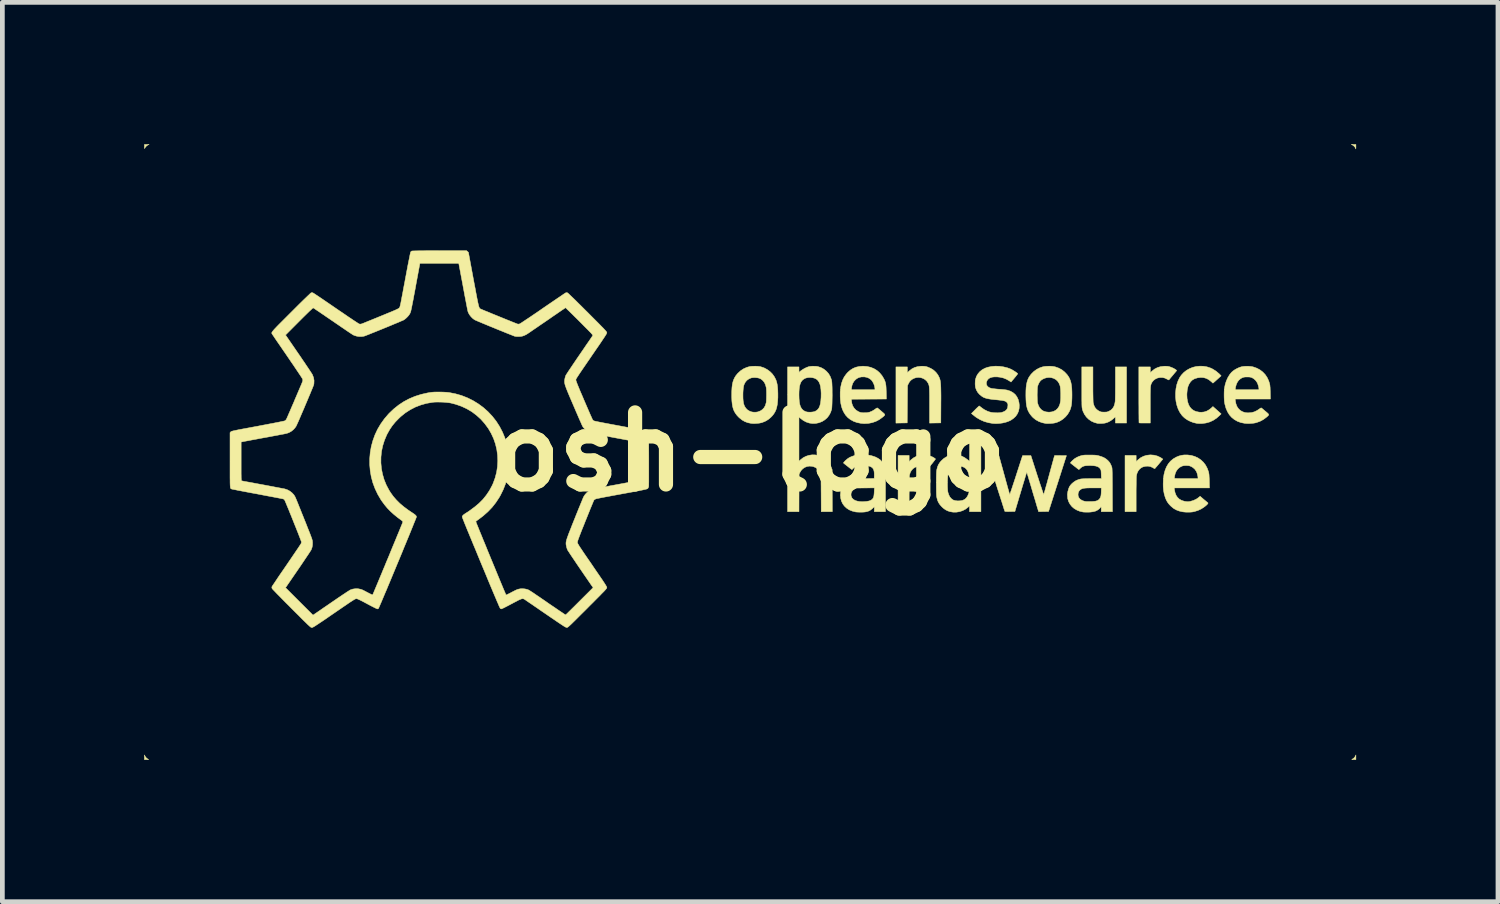
<source format=kicad_pcb>
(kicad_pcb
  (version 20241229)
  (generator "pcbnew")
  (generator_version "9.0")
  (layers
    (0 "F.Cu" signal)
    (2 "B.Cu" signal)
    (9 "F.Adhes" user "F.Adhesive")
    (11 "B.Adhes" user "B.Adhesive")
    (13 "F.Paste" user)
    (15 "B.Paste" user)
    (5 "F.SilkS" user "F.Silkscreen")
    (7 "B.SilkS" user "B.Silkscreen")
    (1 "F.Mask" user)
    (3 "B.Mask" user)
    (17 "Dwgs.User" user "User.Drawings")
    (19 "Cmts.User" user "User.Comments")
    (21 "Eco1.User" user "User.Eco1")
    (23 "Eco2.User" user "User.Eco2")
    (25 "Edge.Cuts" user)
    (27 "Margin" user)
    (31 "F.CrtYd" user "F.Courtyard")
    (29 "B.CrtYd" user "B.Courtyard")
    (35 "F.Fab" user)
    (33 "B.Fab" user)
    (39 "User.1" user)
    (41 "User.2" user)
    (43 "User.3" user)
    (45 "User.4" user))
  (footprint "osh-logo"
    (layer "F.Cu")
    (at 12.813 6.507)
    (property "Reference" "osh-logo" (at 0 0 0) (layer "F.SilkS") (effects (font (size 1.524 1.524) (thickness 0.3))))
    (attr through_hole)
    (fp_poly (pts (xy -12.794 6.438) (xy -12.773 6.468) (xy -12.743 6.493) (xy -12.725 6.502) (xy -12.72 6.505) (xy -12.723 6.507) (xy -12.737 6.508) (xy -12.759 6.508) (xy -12.808 6.509) (xy -12.808 6.46) (xy -12.808 6.41) (xy -12.794 6.438)) (stroke (width 0.01) (type solid)) (fill yes) (layer "F.SilkS"))
    (fp_poly (pts (xy -12.759 -6.502) (xy -12.71 -6.502) (xy -12.737 -6.489) (xy -12.768 -6.467) (xy -12.792 -6.438) (xy -12.801 -6.42) (xy -12.804 -6.414) (xy -12.806 -6.418) (xy -12.807 -6.431) (xy -12.808 -6.453) (xy -12.808 -6.502) (xy -12.759 -6.502)) (stroke (width 0.01) (type solid)) (fill yes) (layer "F.SilkS"))
    (fp_poly (pts (xy 12.814 6.46) (xy 12.814 6.509) (xy 12.765 6.508) (xy 12.741 6.508) (xy 12.729 6.507) (xy 12.726 6.505) (xy 12.732 6.502) (xy 12.764 6.483) (xy 12.79 6.455) (xy 12.801 6.438) (xy 12.814 6.41) (xy 12.814 6.46)) (stroke (width 0.01) (type solid)) (fill yes) (layer "F.SilkS"))
    (fp_poly (pts (xy 12.814 -6.455) (xy 12.814 -6.432) (xy 12.813 -6.415) (xy 12.811 -6.407) (xy 12.811 -6.407) (xy 12.808 -6.412) (xy 12.808 -6.416) (xy 12.803 -6.43) (xy 12.791 -6.448) (xy 12.774 -6.466) (xy 12.755 -6.482) (xy 12.744 -6.489) (xy 12.716 -6.502) (xy 12.765 -6.502) (xy 12.814 -6.502) (xy 12.814 -6.455)) (stroke (width 0.01) (type solid)) (fill yes) (layer "F.SilkS"))
    (fp_poly (pts (xy 8.548 0.07) (xy 8.615 0.088) (xy 8.679 0.118) (xy 8.702 0.133) (xy 8.731 0.153) (xy 8.647 0.254) (xy 8.622 0.284) (xy 8.599 0.311) (xy 8.58 0.332) (xy 8.567 0.348) (xy 8.56 0.355) (xy 8.559 0.355) (xy 8.552 0.352) (xy 8.537 0.345) (xy 8.52 0.334) (xy 8.471 0.312) (xy 8.419 0.302) (xy 8.364 0.304) (xy 8.309 0.318) (xy 8.308 0.318) (xy 8.266 0.341) (xy 8.231 0.373) (xy 8.202 0.414) (xy 8.182 0.462) (xy 8.173 0.505) (xy 8.171 0.52) (xy 8.17 0.546) (xy 8.169 0.583) (xy 8.168 0.629) (xy 8.168 0.682) (xy 8.167 0.742) (xy 8.166 0.807) (xy 8.166 0.876) (xy 8.166 0.906) (xy 8.166 1.264) (xy 7.931 1.264) (xy 7.931 0.076) (xy 8.166 0.076) (xy 8.166 0.204) (xy 8.207 0.167) (xy 8.263 0.123) (xy 8.324 0.092) (xy 8.39 0.072) (xy 8.461 0.064) (xy 8.477 0.064) (xy 8.548 0.07)) (stroke (width 0.01) (type solid)) (fill yes) (layer "F.SilkS"))
    (fp_poly (pts (xy 3.715 0.065) (xy 3.782 0.078) (xy 3.846 0.101) (xy 3.884 0.121) (xy 3.903 0.134) (xy 3.917 0.144) (xy 3.922 0.151) (xy 3.919 0.157) (xy 3.909 0.171) (xy 3.894 0.191) (xy 3.875 0.216) (xy 3.854 0.243) (xy 3.831 0.27) (xy 3.81 0.296) (xy 3.79 0.32) (xy 3.774 0.338) (xy 3.763 0.35) (xy 3.759 0.353) (xy 3.751 0.351) (xy 3.736 0.345) (xy 3.723 0.337) (xy 3.686 0.318) (xy 3.651 0.307) (xy 3.612 0.303) (xy 3.594 0.303) (xy 3.539 0.309) (xy 3.491 0.326) (xy 3.449 0.353) (xy 3.415 0.39) (xy 3.389 0.435) (xy 3.373 0.489) (xy 3.372 0.492) (xy 3.371 0.508) (xy 3.369 0.536) (xy 3.368 0.577) (xy 3.367 0.629) (xy 3.366 0.693) (xy 3.366 0.768) (xy 3.366 0.854) (xy 3.365 0.897) (xy 3.365 1.264) (xy 3.131 1.264) (xy 3.131 0.076) (xy 3.365 0.076) (xy 3.365 0.205) (xy 3.406 0.167) (xy 3.46 0.125) (xy 3.519 0.094) (xy 3.582 0.074) (xy 3.648 0.064) (xy 3.715 0.065)) (stroke (width 0.01) (type solid)) (fill yes) (layer "F.SilkS"))
    (fp_poly (pts (xy 3.673 -1.811) (xy 3.701 -1.808) (xy 3.726 -1.804) (xy 3.754 -1.795) (xy 3.758 -1.794) (xy 3.824 -1.765) (xy 3.883 -1.728) (xy 3.933 -1.681) (xy 3.974 -1.627) (xy 4.005 -1.566) (xy 4.01 -1.551) (xy 4.016 -1.533) (xy 4.021 -1.514) (xy 4.025 -1.493) (xy 4.028 -1.468) (xy 4.031 -1.439) (xy 4.033 -1.405) (xy 4.035 -1.364) (xy 4.036 -1.316) (xy 4.037 -1.26) (xy 4.038 -1.195) (xy 4.038 -1.119) (xy 4.037 -1.032) (xy 4.037 -0.987) (xy 4.035 -0.613) (xy 3.916 -0.611) (xy 3.797 -0.609) (xy 3.797 -0.977) (xy 3.797 -1.06) (xy 3.797 -1.132) (xy 3.797 -1.193) (xy 3.796 -1.244) (xy 3.795 -1.287) (xy 3.794 -1.323) (xy 3.792 -1.352) (xy 3.79 -1.376) (xy 3.787 -1.395) (xy 3.783 -1.412) (xy 3.779 -1.425) (xy 3.774 -1.438) (xy 3.768 -1.451) (xy 3.768 -1.451) (xy 3.74 -1.494) (xy 3.704 -1.528) (xy 3.662 -1.553) (xy 3.615 -1.569) (xy 3.566 -1.575) (xy 3.516 -1.571) (xy 3.467 -1.556) (xy 3.425 -1.533) (xy 3.396 -1.509) (xy 3.372 -1.481) (xy 3.351 -1.444) (xy 3.345 -1.432) (xy 3.331 -1.4) (xy 3.324 -0.613) (xy 3.205 -0.611) (xy 3.086 -0.609) (xy 3.086 -1.797) (xy 3.327 -1.797) (xy 3.327 -1.675) (xy 3.369 -1.713) (xy 3.421 -1.754) (xy 3.477 -1.783) (xy 3.539 -1.802) (xy 3.607 -1.811) (xy 3.639 -1.812) (xy 3.673 -1.811)) (stroke (width 0.01) (type solid)) (fill yes) (layer "F.SilkS"))
    (fp_poly (pts (xy 8.811 -1.811) (xy 8.838 -1.809) (xy 8.862 -1.804) (xy 8.888 -1.796) (xy 8.89 -1.795) (xy 8.943 -1.774) (xy 8.989 -1.749) (xy 9.01 -1.734) (xy 9.021 -1.725) (xy 9.022 -1.718) (xy 9.016 -1.71) (xy 9.009 -1.702) (xy 8.995 -1.685) (xy 8.976 -1.663) (xy 8.954 -1.636) (xy 8.935 -1.613) (xy 8.911 -1.585) (xy 8.89 -1.56) (xy 8.874 -1.54) (xy 8.863 -1.527) (xy 8.859 -1.522) (xy 8.851 -1.523) (xy 8.837 -1.529) (xy 8.818 -1.539) (xy 8.773 -1.561) (xy 8.727 -1.572) (xy 8.676 -1.573) (xy 8.672 -1.573) (xy 8.62 -1.563) (xy 8.574 -1.542) (xy 8.534 -1.512) (xy 8.503 -1.474) (xy 8.491 -1.452) (xy 8.486 -1.44) (xy 8.481 -1.428) (xy 8.477 -1.414) (xy 8.474 -1.399) (xy 8.471 -1.38) (xy 8.469 -1.357) (xy 8.468 -1.328) (xy 8.467 -1.293) (xy 8.466 -1.251) (xy 8.465 -1.2) (xy 8.465 -1.139) (xy 8.465 -1.068) (xy 8.465 -0.986) (xy 8.465 -0.61) (xy 8.348 -0.61) (xy 8.311 -0.61) (xy 8.278 -0.61) (xy 8.252 -0.611) (xy 8.234 -0.613) (xy 8.227 -0.614) (xy 8.227 -0.621) (xy 8.226 -0.639) (xy 8.226 -0.669) (xy 8.225 -0.708) (xy 8.225 -0.757) (xy 8.224 -0.814) (xy 8.224 -0.878) (xy 8.224 -0.949) (xy 8.223 -1.026) (xy 8.223 -1.107) (xy 8.223 -1.191) (xy 8.223 -1.208) (xy 8.223 -1.797) (xy 8.465 -1.797) (xy 8.465 -1.737) (xy 8.465 -1.711) (xy 8.465 -1.69) (xy 8.466 -1.678) (xy 8.466 -1.676) (xy 8.471 -1.68) (xy 8.483 -1.691) (xy 8.5 -1.706) (xy 8.504 -1.71) (xy 8.557 -1.752) (xy 8.615 -1.782) (xy 8.68 -1.802) (xy 8.751 -1.811) (xy 8.776 -1.812) (xy 8.811 -1.811)) (stroke (width 0.01) (type solid)) (fill yes) (layer "F.SilkS"))
    (fp_poly (pts (xy 7.252 -1.44) (xy 7.252 -1.36) (xy 7.252 -1.287) (xy 7.253 -1.221) (xy 7.254 -1.165) (xy 7.255 -1.117) (xy 7.256 -1.08) (xy 7.257 -1.054) (xy 7.258 -1.041) (xy 7.273 -0.985) (xy 7.296 -0.938) (xy 7.329 -0.899) (xy 7.372 -0.868) (xy 7.384 -0.862) (xy 7.405 -0.852) (xy 7.422 -0.846) (xy 7.439 -0.843) (xy 7.461 -0.842) (xy 7.49 -0.841) (xy 7.52 -0.842) (xy 7.542 -0.843) (xy 7.559 -0.847) (xy 7.576 -0.853) (xy 7.596 -0.862) (xy 7.638 -0.888) (xy 7.671 -0.922) (xy 7.696 -0.963) (xy 7.713 -1.013) (xy 7.722 -1.063) (xy 7.723 -1.08) (xy 7.724 -1.107) (xy 7.725 -1.144) (xy 7.726 -1.19) (xy 7.727 -1.243) (xy 7.727 -1.302) (xy 7.728 -1.365) (xy 7.728 -1.431) (xy 7.728 -1.456) (xy 7.728 -1.797) (xy 7.963 -1.797) (xy 7.963 -0.61) (xy 7.728 -0.61) (xy 7.728 -0.673) (xy 7.728 -0.7) (xy 7.727 -0.721) (xy 7.725 -0.734) (xy 7.724 -0.737) (xy 7.718 -0.733) (xy 7.705 -0.722) (xy 7.688 -0.706) (xy 7.68 -0.699) (xy 7.629 -0.66) (xy 7.571 -0.629) (xy 7.524 -0.613) (xy 7.491 -0.606) (xy 7.452 -0.602) (xy 7.411 -0.6) (xy 7.373 -0.601) (xy 7.349 -0.603) (xy 7.281 -0.622) (xy 7.218 -0.651) (xy 7.162 -0.69) (xy 7.113 -0.738) (xy 7.073 -0.794) (xy 7.043 -0.856) (xy 7.029 -0.899) (xy 7.027 -0.909) (xy 7.025 -0.92) (xy 7.023 -0.932) (xy 7.021 -0.946) (xy 7.02 -0.963) (xy 7.019 -0.985) (xy 7.018 -1.012) (xy 7.018 -1.046) (xy 7.017 -1.087) (xy 7.017 -1.136) (xy 7.017 -1.194) (xy 7.017 -1.263) (xy 7.017 -1.343) (xy 7.017 -1.373) (xy 7.017 -1.797) (xy 7.252 -1.797) (xy 7.252 -1.44)) (stroke (width 0.01) (type solid)) (fill yes) (layer "F.SilkS"))
    (fp_poly (pts (xy 9.589 -1.811) (xy 9.665 -1.798) (xy 9.738 -1.774) (xy 9.784 -1.752) (xy 9.856 -1.707) (xy 9.92 -1.653) (xy 9.933 -1.64) (xy 9.964 -1.609) (xy 9.878 -1.531) (xy 9.851 -1.507) (xy 9.827 -1.485) (xy 9.808 -1.469) (xy 9.795 -1.458) (xy 9.79 -1.454) (xy 9.785 -1.458) (xy 9.773 -1.469) (xy 9.757 -1.484) (xy 9.753 -1.487) (xy 9.703 -1.527) (xy 9.649 -1.555) (xy 9.591 -1.571) (xy 9.529 -1.574) (xy 9.462 -1.566) (xy 9.46 -1.565) (xy 9.404 -1.548) (xy 9.356 -1.521) (xy 9.317 -1.483) (xy 9.286 -1.436) (xy 9.262 -1.38) (xy 9.247 -1.313) (xy 9.24 -1.237) (xy 9.239 -1.206) (xy 9.243 -1.127) (xy 9.256 -1.057) (xy 9.276 -0.996) (xy 9.305 -0.946) (xy 9.341 -0.905) (xy 9.386 -0.873) (xy 9.439 -0.852) (xy 9.5 -0.84) (xy 9.544 -0.838) (xy 9.604 -0.844) (xy 9.661 -0.863) (xy 9.715 -0.894) (xy 9.759 -0.93) (xy 9.79 -0.959) (xy 9.877 -0.882) (xy 9.964 -0.804) (xy 9.93 -0.77) (xy 9.866 -0.713) (xy 9.796 -0.667) (xy 9.722 -0.633) (xy 9.644 -0.611) (xy 9.562 -0.6) (xy 9.557 -0.6) (xy 9.524 -0.6) (xy 9.491 -0.6) (xy 9.463 -0.602) (xy 9.452 -0.603) (xy 9.38 -0.619) (xy 9.311 -0.645) (xy 9.247 -0.678) (xy 9.189 -0.719) (xy 9.141 -0.765) (xy 9.137 -0.77) (xy 9.092 -0.833) (xy 9.055 -0.905) (xy 9.028 -0.984) (xy 9.009 -1.069) (xy 9 -1.159) (xy 9 -1.245) (xy 9.009 -1.34) (xy 9.027 -1.426) (xy 9.053 -1.503) (xy 9.087 -1.572) (xy 9.121 -1.622) (xy 9.172 -1.677) (xy 9.23 -1.723) (xy 9.295 -1.76) (xy 9.364 -1.788) (xy 9.438 -1.806) (xy 9.513 -1.813) (xy 9.589 -1.811)) (stroke (width 0.01) (type solid)) (fill yes) (layer "F.SilkS"))
    (fp_poly (pts (xy 2.474 -1.806) (xy 2.55 -1.789) (xy 2.62 -1.761) (xy 2.684 -1.722) (xy 2.74 -1.673) (xy 2.789 -1.615) (xy 2.826 -1.554) (xy 2.842 -1.523) (xy 2.854 -1.494) (xy 2.863 -1.464) (xy 2.87 -1.432) (xy 2.875 -1.396) (xy 2.878 -1.353) (xy 2.88 -1.3) (xy 2.881 -1.262) (xy 2.884 -1.118) (xy 2.143 -1.114) (xy 2.145 -1.086) (xy 2.154 -1.024) (xy 2.173 -0.97) (xy 2.203 -0.923) (xy 2.242 -0.883) (xy 2.29 -0.853) (xy 2.297 -0.849) (xy 2.319 -0.84) (xy 2.339 -0.833) (xy 2.362 -0.83) (xy 2.391 -0.827) (xy 2.403 -0.827) (xy 2.467 -0.828) (xy 2.525 -0.839) (xy 2.579 -0.861) (xy 2.633 -0.893) (xy 2.65 -0.906) (xy 2.671 -0.921) (xy 2.687 -0.929) (xy 2.694 -0.929) (xy 2.701 -0.924) (xy 2.717 -0.911) (xy 2.738 -0.894) (xy 2.763 -0.873) (xy 2.78 -0.858) (xy 2.81 -0.832) (xy 2.832 -0.813) (xy 2.845 -0.798) (xy 2.85 -0.786) (xy 2.846 -0.775) (xy 2.836 -0.762) (xy 2.818 -0.746) (xy 2.803 -0.734) (xy 2.735 -0.684) (xy 2.661 -0.645) (xy 2.582 -0.618) (xy 2.499 -0.602) (xy 2.413 -0.598) (xy 2.345 -0.604) (xy 2.264 -0.62) (xy 2.191 -0.646) (xy 2.126 -0.681) (xy 2.068 -0.726) (xy 2.019 -0.78) (xy 1.98 -0.843) (xy 1.979 -0.845) (xy 1.953 -0.901) (xy 1.934 -0.96) (xy 1.92 -1.025) (xy 1.911 -1.097) (xy 1.907 -1.168) (xy 1.907 -1.269) (xy 1.912 -1.314) (xy 2.142 -1.314) (xy 2.642 -1.314) (xy 2.642 -1.333) (xy 2.637 -1.375) (xy 2.624 -1.42) (xy 2.605 -1.463) (xy 2.582 -1.501) (xy 2.561 -1.525) (xy 2.519 -1.556) (xy 2.473 -1.576) (xy 2.42 -1.586) (xy 2.409 -1.586) (xy 2.353 -1.585) (xy 2.305 -1.574) (xy 2.263 -1.553) (xy 2.232 -1.529) (xy 2.198 -1.492) (xy 2.173 -1.451) (xy 2.156 -1.403) (xy 2.147 -1.351) (xy 2.142 -1.314) (xy 1.912 -1.314) (xy 1.916 -1.36) (xy 1.933 -1.443) (xy 1.958 -1.517) (xy 1.992 -1.585) (xy 2.035 -1.645) (xy 2.069 -1.683) (xy 2.123 -1.73) (xy 2.18 -1.766) (xy 2.242 -1.791) (xy 2.309 -1.806) (xy 2.383 -1.812) (xy 2.394 -1.812) (xy 2.474 -1.806)) (stroke (width 0.01) (type solid)) (fill yes) (layer "F.SilkS"))
    (fp_poly (pts (xy 4.883 1.264) (xy 4.642 1.264) (xy 4.642 1.142) (xy 4.608 1.173) (xy 4.555 1.213) (xy 4.496 1.243) (xy 4.431 1.264) (xy 4.364 1.275) (xy 4.296 1.275) (xy 4.23 1.264) (xy 4.179 1.247) (xy 4.134 1.224) (xy 4.091 1.193) (xy 4.054 1.159) (xy 4.017 1.117) (xy 3.989 1.076) (xy 3.968 1.031) (xy 3.954 0.98) (xy 3.952 0.972) (xy 3.949 0.956) (xy 3.946 0.94) (xy 3.944 0.921) (xy 3.943 0.899) (xy 3.942 0.871) (xy 3.941 0.837) (xy 3.941 0.794) (xy 3.94 0.742) (xy 3.94 0.691) (xy 4.175 0.691) (xy 4.176 0.74) (xy 4.178 0.784) (xy 4.181 0.823) (xy 4.185 0.851) (xy 4.186 0.855) (xy 4.203 0.908) (xy 4.227 0.954) (xy 4.257 0.989) (xy 4.292 1.015) (xy 4.303 1.02) (xy 4.345 1.032) (xy 4.392 1.037) (xy 4.442 1.035) (xy 4.488 1.027) (xy 4.506 1.021) (xy 4.544 1.002) (xy 4.576 0.972) (xy 4.602 0.933) (xy 4.623 0.882) (xy 4.628 0.867) (xy 4.631 0.848) (xy 4.634 0.819) (xy 4.637 0.782) (xy 4.639 0.74) (xy 4.64 0.695) (xy 4.641 0.65) (xy 4.641 0.608) (xy 4.64 0.57) (xy 4.638 0.539) (xy 4.636 0.524) (xy 4.624 0.464) (xy 4.607 0.415) (xy 4.584 0.376) (xy 4.556 0.346) (xy 4.541 0.335) (xy 4.512 0.32) (xy 4.482 0.309) (xy 4.447 0.304) (xy 4.407 0.303) (xy 4.351 0.307) (xy 4.303 0.321) (xy 4.263 0.345) (xy 4.231 0.378) (xy 4.206 0.422) (xy 4.188 0.476) (xy 4.186 0.485) (xy 4.182 0.512) (xy 4.179 0.549) (xy 4.177 0.593) (xy 4.175 0.641) (xy 4.175 0.691) (xy 3.94 0.691) (xy 3.94 0.679) (xy 3.94 0.67) (xy 3.94 0.605) (xy 3.94 0.552) (xy 3.941 0.508) (xy 3.942 0.473) (xy 3.943 0.444) (xy 3.944 0.421) (xy 3.946 0.402) (xy 3.948 0.386) (xy 3.951 0.371) (xy 3.952 0.368) (xy 3.967 0.312) (xy 3.988 0.264) (xy 4.018 0.22) (xy 4.044 0.19) (xy 4.095 0.142) (xy 4.149 0.107) (xy 4.207 0.083) (xy 4.27 0.069) (xy 4.312 0.065) (xy 4.375 0.066) (xy 4.434 0.076) (xy 4.489 0.095) (xy 4.544 0.125) (xy 4.596 0.162) (xy 4.642 0.197) (xy 4.645 -0.403) (xy 4.764 -0.405) (xy 4.883 -0.407) (xy 4.883 1.264)) (stroke (width 0.01) (type solid)) (fill yes) (layer "F.SilkS"))
    (fp_poly (pts (xy 0.157 -1.81) (xy 0.198 -1.806) (xy 0.225 -1.801) (xy 0.297 -1.777) (xy 0.362 -1.742) (xy 0.421 -1.699) (xy 0.473 -1.647) (xy 0.515 -1.588) (xy 0.548 -1.523) (xy 0.565 -1.469) (xy 0.575 -1.423) (xy 0.582 -1.367) (xy 0.587 -1.304) (xy 0.589 -1.237) (xy 0.589 -1.169) (xy 0.589 -1.149) (xy 0.584 -1.071) (xy 0.577 -1.003) (xy 0.565 -0.945) (xy 0.55 -0.893) (xy 0.529 -0.847) (xy 0.503 -0.804) (xy 0.471 -0.763) (xy 0.439 -0.73) (xy 0.381 -0.682) (xy 0.317 -0.645) (xy 0.247 -0.618) (xy 0.237 -0.616) (xy 0.198 -0.608) (xy 0.152 -0.603) (xy 0.104 -0.6) (xy 0.059 -0.6) (xy 0.025 -0.603) (xy -0.046 -0.617) (xy -0.11 -0.641) (xy -0.168 -0.674) (xy -0.224 -0.719) (xy -0.245 -0.739) (xy -0.281 -0.778) (xy -0.31 -0.818) (xy -0.334 -0.859) (xy -0.353 -0.904) (xy -0.367 -0.955) (xy -0.377 -1.012) (xy -0.384 -1.078) (xy -0.387 -1.154) (xy -0.387 -1.184) (xy -0.15 -1.184) (xy -0.149 -1.129) (xy -0.145 -1.078) (xy -0.138 -1.034) (xy -0.136 -1.021) (xy -0.118 -0.97) (xy -0.09 -0.925) (xy -0.054 -0.888) (xy -0.009 -0.861) (xy 0.036 -0.845) (xy 0.072 -0.84) (xy 0.113 -0.839) (xy 0.151 -0.843) (xy 0.168 -0.847) (xy 0.22 -0.867) (xy 0.263 -0.896) (xy 0.298 -0.934) (xy 0.324 -0.981) (xy 0.34 -1.036) (xy 0.343 -1.051) (xy 0.345 -1.077) (xy 0.347 -1.113) (xy 0.348 -1.155) (xy 0.349 -1.199) (xy 0.349 -1.244) (xy 0.348 -1.287) (xy 0.346 -1.323) (xy 0.344 -1.351) (xy 0.343 -1.358) (xy 0.328 -1.416) (xy 0.305 -1.466) (xy 0.273 -1.507) (xy 0.234 -1.539) (xy 0.2 -1.556) (xy 0.168 -1.565) (xy 0.129 -1.57) (xy 0.088 -1.572) (xy 0.05 -1.569) (xy 0.022 -1.564) (xy -0.027 -1.542) (xy -0.069 -1.511) (xy -0.102 -1.471) (xy -0.126 -1.422) (xy -0.128 -1.419) (xy -0.136 -1.386) (xy -0.143 -1.343) (xy -0.147 -1.293) (xy -0.15 -1.239) (xy -0.15 -1.184) (xy -0.387 -1.184) (xy -0.387 -1.207) (xy -0.386 -1.29) (xy -0.382 -1.362) (xy -0.374 -1.425) (xy -0.362 -1.48) (xy -0.345 -1.529) (xy -0.324 -1.573) (xy -0.298 -1.614) (xy -0.266 -1.653) (xy -0.257 -1.663) (xy -0.199 -1.716) (xy -0.137 -1.757) (xy -0.069 -1.787) (xy -0.01 -1.804) (xy 0.024 -1.809) (xy 0.066 -1.811) (xy 0.112 -1.812) (xy 0.157 -1.81)) (stroke (width 0.01) (type solid)) (fill yes) (layer "F.SilkS"))
    (fp_poly (pts (xy 6.401 -1.808) (xy 6.45 -1.799) (xy 6.455 -1.798) (xy 6.528 -1.772) (xy 6.595 -1.736) (xy 6.655 -1.688) (xy 6.707 -1.632) (xy 6.734 -1.594) (xy 6.757 -1.554) (xy 6.774 -1.511) (xy 6.788 -1.463) (xy 6.798 -1.408) (xy 6.805 -1.345) (xy 6.808 -1.273) (xy 6.809 -1.206) (xy 6.808 -1.132) (xy 6.805 -1.068) (xy 6.8 -1.013) (xy 6.792 -0.965) (xy 6.781 -0.922) (xy 6.766 -0.882) (xy 6.753 -0.854) (xy 6.717 -0.794) (xy 6.671 -0.74) (xy 6.616 -0.692) (xy 6.555 -0.653) (xy 6.49 -0.624) (xy 6.451 -0.613) (xy 6.424 -0.608) (xy 6.391 -0.604) (xy 6.353 -0.601) (xy 6.315 -0.6) (xy 6.281 -0.599) (xy 6.256 -0.601) (xy 6.255 -0.601) (xy 6.179 -0.617) (xy 6.108 -0.643) (xy 6.043 -0.679) (xy 5.986 -0.725) (xy 5.954 -0.759) (xy 5.923 -0.798) (xy 5.897 -0.839) (xy 5.876 -0.881) (xy 5.86 -0.928) (xy 5.848 -0.98) (xy 5.84 -1.04) (xy 5.836 -1.108) (xy 5.834 -1.187) (xy 5.834 -1.205) (xy 6.073 -1.205) (xy 6.074 -1.16) (xy 6.075 -1.117) (xy 6.077 -1.079) (xy 6.079 -1.048) (xy 6.083 -1.029) (xy 6.102 -0.972) (xy 6.13 -0.926) (xy 6.165 -0.889) (xy 6.208 -0.862) (xy 6.258 -0.846) (xy 6.315 -0.84) (xy 6.331 -0.84) (xy 6.382 -0.846) (xy 6.421 -0.857) (xy 6.466 -0.881) (xy 6.503 -0.914) (xy 6.533 -0.958) (xy 6.554 -1.01) (xy 6.566 -1.072) (xy 6.567 -1.076) (xy 6.569 -1.109) (xy 6.571 -1.148) (xy 6.571 -1.192) (xy 6.571 -1.238) (xy 6.569 -1.283) (xy 6.567 -1.325) (xy 6.563 -1.36) (xy 6.559 -1.386) (xy 6.558 -1.394) (xy 6.537 -1.448) (xy 6.508 -1.493) (xy 6.471 -1.528) (xy 6.425 -1.554) (xy 6.375 -1.569) (xy 6.325 -1.574) (xy 6.273 -1.569) (xy 6.222 -1.554) (xy 6.177 -1.531) (xy 6.152 -1.512) (xy 6.131 -1.489) (xy 6.111 -1.457) (xy 6.094 -1.42) (xy 6.082 -1.384) (xy 6.079 -1.364) (xy 6.077 -1.333) (xy 6.075 -1.295) (xy 6.074 -1.251) (xy 6.073 -1.205) (xy 5.834 -1.205) (xy 5.834 -1.213) (xy 5.835 -1.293) (xy 5.839 -1.363) (xy 5.847 -1.423) (xy 5.858 -1.476) (xy 5.873 -1.523) (xy 5.892 -1.566) (xy 5.917 -1.605) (xy 5.946 -1.644) (xy 5.948 -1.646) (xy 6.003 -1.701) (xy 6.065 -1.746) (xy 6.133 -1.78) (xy 6.188 -1.798) (xy 6.235 -1.807) (xy 6.289 -1.811) (xy 6.346 -1.812) (xy 6.401 -1.808)) (stroke (width 0.01) (type solid)) (fill yes) (layer "F.SilkS"))
    (fp_poly (pts (xy 10.551 -1.81) (xy 10.603 -1.805) (xy 10.639 -1.798) (xy 10.716 -1.771) (xy 10.784 -1.735) (xy 10.844 -1.689) (xy 10.896 -1.634) (xy 10.938 -1.571) (xy 10.971 -1.499) (xy 10.986 -1.451) (xy 10.991 -1.431) (xy 10.995 -1.411) (xy 10.997 -1.388) (xy 11 -1.359) (xy 11.001 -1.323) (xy 11.003 -1.277) (xy 11.003 -1.259) (xy 11.006 -1.118) (xy 10.26 -1.118) (xy 10.265 -1.078) (xy 10.277 -1.016) (xy 10.298 -0.961) (xy 10.329 -0.915) (xy 10.367 -0.878) (xy 10.405 -0.855) (xy 10.441 -0.84) (xy 10.478 -0.83) (xy 10.52 -0.826) (xy 10.544 -0.826) (xy 10.607 -0.831) (xy 10.666 -0.847) (xy 10.722 -0.874) (xy 10.768 -0.904) (xy 10.788 -0.919) (xy 10.802 -0.927) (xy 10.811 -0.93) (xy 10.818 -0.927) (xy 10.819 -0.926) (xy 10.828 -0.919) (xy 10.844 -0.906) (xy 10.866 -0.887) (xy 10.892 -0.865) (xy 10.905 -0.855) (xy 10.934 -0.83) (xy 10.955 -0.811) (xy 10.966 -0.797) (xy 10.97 -0.786) (xy 10.965 -0.774) (xy 10.952 -0.76) (xy 10.932 -0.742) (xy 10.919 -0.731) (xy 10.856 -0.684) (xy 10.785 -0.646) (xy 10.709 -0.619) (xy 10.686 -0.613) (xy 10.652 -0.607) (xy 10.61 -0.603) (xy 10.565 -0.6) (xy 10.519 -0.6) (xy 10.479 -0.602) (xy 10.462 -0.604) (xy 10.381 -0.62) (xy 10.308 -0.647) (xy 10.244 -0.683) (xy 10.187 -0.729) (xy 10.138 -0.784) (xy 10.098 -0.849) (xy 10.066 -0.923) (xy 10.043 -1.006) (xy 10.033 -1.063) (xy 10.03 -1.095) (xy 10.028 -1.136) (xy 10.027 -1.182) (xy 10.027 -1.23) (xy 10.028 -1.275) (xy 10.03 -1.314) (xy 10.261 -1.314) (xy 10.763 -1.314) (xy 10.763 -1.332) (xy 10.76 -1.36) (xy 10.752 -1.393) (xy 10.741 -1.429) (xy 10.728 -1.461) (xy 10.724 -1.468) (xy 10.694 -1.511) (xy 10.656 -1.546) (xy 10.618 -1.568) (xy 10.6 -1.575) (xy 10.583 -1.58) (xy 10.564 -1.583) (xy 10.539 -1.584) (xy 10.516 -1.584) (xy 10.478 -1.584) (xy 10.45 -1.581) (xy 10.425 -1.574) (xy 10.402 -1.564) (xy 10.374 -1.548) (xy 10.374 -1.548) (xy 10.34 -1.519) (xy 10.31 -1.48) (xy 10.287 -1.433) (xy 10.271 -1.378) (xy 10.265 -1.345) (xy 10.261 -1.314) (xy 10.03 -1.314) (xy 10.03 -1.315) (xy 10.033 -1.343) (xy 10.049 -1.423) (xy 10.073 -1.499) (xy 10.104 -1.568) (xy 10.141 -1.63) (xy 10.183 -1.682) (xy 10.216 -1.711) (xy 10.256 -1.739) (xy 10.303 -1.765) (xy 10.353 -1.787) (xy 10.398 -1.801) (xy 10.444 -1.808) (xy 10.497 -1.811) (xy 10.551 -1.81)) (stroke (width 0.01) (type solid)) (fill yes) (layer "F.SilkS"))
    (fp_poly (pts (xy 9.252 0.065) (xy 9.331 0.075) (xy 9.404 0.096) (xy 9.472 0.127) (xy 9.534 0.169) (xy 9.588 0.219) (xy 9.634 0.279) (xy 9.67 0.347) (xy 9.697 0.422) (xy 9.7 0.433) (xy 9.704 0.455) (xy 9.708 0.485) (xy 9.71 0.524) (xy 9.713 0.574) (xy 9.714 0.618) (xy 9.717 0.762) (xy 8.972 0.762) (xy 8.976 0.799) (xy 8.989 0.862) (xy 9.01 0.917) (xy 9.04 0.962) (xy 9.079 0.999) (xy 9.127 1.026) (xy 9.183 1.044) (xy 9.212 1.049) (xy 9.243 1.053) (xy 9.268 1.053) (xy 9.295 1.05) (xy 9.314 1.046) (xy 9.377 1.028) (xy 9.437 1) (xy 9.484 0.968) (xy 9.519 0.939) (xy 9.599 1.008) (xy 9.627 1.031) (xy 9.651 1.051) (xy 9.67 1.067) (xy 9.683 1.078) (xy 9.686 1.081) (xy 9.686 1.088) (xy 9.678 1.1) (xy 9.662 1.118) (xy 9.64 1.138) (xy 9.614 1.159) (xy 9.604 1.166) (xy 9.542 1.207) (xy 9.472 1.239) (xy 9.398 1.262) (xy 9.36 1.27) (xy 9.32 1.274) (xy 9.273 1.275) (xy 9.223 1.275) (xy 9.177 1.271) (xy 9.146 1.267) (xy 9.077 1.251) (xy 9.016 1.228) (xy 8.962 1.198) (xy 8.913 1.158) (xy 8.893 1.14) (xy 8.857 1.101) (xy 8.829 1.063) (xy 8.806 1.023) (xy 8.786 0.976) (xy 8.778 0.953) (xy 8.759 0.887) (xy 8.746 0.816) (xy 8.739 0.738) (xy 8.738 0.673) (xy 8.742 0.571) (xy 8.744 0.558) (xy 8.976 0.558) (xy 8.976 0.559) (xy 8.983 0.561) (xy 9.001 0.562) (xy 9.03 0.563) (xy 9.067 0.564) (xy 9.112 0.565) (xy 9.163 0.565) (xy 9.219 0.565) (xy 9.227 0.565) (xy 9.474 0.565) (xy 9.474 0.545) (xy 9.471 0.515) (xy 9.463 0.481) (xy 9.453 0.445) (xy 9.44 0.415) (xy 9.438 0.411) (xy 9.407 0.366) (xy 9.367 0.331) (xy 9.329 0.309) (xy 9.307 0.3) (xy 9.289 0.294) (xy 9.27 0.291) (xy 9.246 0.29) (xy 9.227 0.289) (xy 9.192 0.29) (xy 9.166 0.293) (xy 9.143 0.299) (xy 9.13 0.304) (xy 9.085 0.328) (xy 9.046 0.363) (xy 9.015 0.406) (xy 8.993 0.457) (xy 8.982 0.503) (xy 8.978 0.527) (xy 8.976 0.547) (xy 8.976 0.558) (xy 8.744 0.558) (xy 8.755 0.478) (xy 8.777 0.394) (xy 8.807 0.319) (xy 8.846 0.253) (xy 8.893 0.196) (xy 8.949 0.149) (xy 9.014 0.111) (xy 9.014 0.111) (xy 9.069 0.088) (xy 9.124 0.073) (xy 9.182 0.065) (xy 9.247 0.065) (xy 9.252 0.065)) (stroke (width 0.01) (type solid)) (fill yes) (layer "F.SilkS"))
    (fp_poly (pts (xy 6.525 0.077) (xy 6.563 0.078) (xy 6.568 0.078) (xy 6.692 0.079) (xy 6.314 1.26) (xy 6.209 1.262) (xy 6.103 1.264) (xy 6.087 1.211) (xy 6.082 1.195) (xy 6.074 1.169) (xy 6.063 1.132) (xy 6.05 1.088) (xy 6.035 1.036) (xy 6.018 0.979) (xy 5.999 0.918) (xy 5.98 0.854) (xy 5.969 0.816) (xy 5.946 0.738) (xy 5.926 0.671) (xy 5.909 0.615) (xy 5.895 0.568) (xy 5.884 0.53) (xy 5.875 0.5) (xy 5.867 0.476) (xy 5.862 0.459) (xy 5.858 0.447) (xy 5.855 0.439) (xy 5.854 0.435) (xy 5.852 0.433) (xy 5.852 0.433) (xy 5.851 0.433) (xy 5.851 0.434) (xy 5.849 0.44) (xy 5.843 0.457) (xy 5.835 0.485) (xy 5.823 0.522) (xy 5.81 0.567) (xy 5.794 0.619) (xy 5.776 0.678) (xy 5.757 0.741) (xy 5.737 0.809) (xy 5.725 0.848) (xy 5.602 1.26) (xy 5.496 1.262) (xy 5.455 1.263) (xy 5.425 1.262) (xy 5.405 1.261) (xy 5.393 1.259) (xy 5.388 1.256) (xy 5.388 1.256) (xy 5.386 1.249) (xy 5.38 1.23) (xy 5.37 1.202) (xy 5.358 1.163) (xy 5.343 1.116) (xy 5.326 1.061) (xy 5.306 0.999) (xy 5.284 0.931) (xy 5.26 0.857) (xy 5.235 0.779) (xy 5.209 0.697) (xy 5.199 0.664) (xy 5.012 0.079) (xy 5.136 0.078) (xy 5.174 0.077) (xy 5.208 0.077) (xy 5.235 0.077) (xy 5.254 0.078) (xy 5.262 0.079) (xy 5.262 0.079) (xy 5.264 0.085) (xy 5.27 0.103) (xy 5.277 0.131) (xy 5.288 0.168) (xy 5.3 0.213) (xy 5.315 0.266) (xy 5.331 0.324) (xy 5.349 0.388) (xy 5.367 0.456) (xy 5.377 0.49) (xy 5.396 0.56) (xy 5.414 0.626) (xy 5.431 0.687) (xy 5.446 0.743) (xy 5.46 0.792) (xy 5.472 0.833) (xy 5.481 0.866) (xy 5.488 0.889) (xy 5.491 0.901) (xy 5.492 0.903) (xy 5.495 0.898) (xy 5.501 0.882) (xy 5.51 0.855) (xy 5.522 0.82) (xy 5.537 0.776) (xy 5.554 0.725) (xy 5.573 0.667) (xy 5.594 0.604) (xy 5.616 0.537) (xy 5.63 0.493) (xy 5.764 0.079) (xy 5.94 0.079) (xy 6.073 0.493) (xy 6.096 0.563) (xy 6.117 0.628) (xy 6.137 0.689) (xy 6.156 0.744) (xy 6.172 0.793) (xy 6.186 0.834) (xy 6.197 0.866) (xy 6.205 0.889) (xy 6.21 0.901) (xy 6.211 0.903) (xy 6.214 0.896) (xy 6.219 0.878) (xy 6.227 0.85) (xy 6.238 0.813) (xy 6.251 0.767) (xy 6.265 0.714) (xy 6.282 0.656) (xy 6.299 0.592) (xy 6.318 0.523) (xy 6.327 0.49) (xy 6.346 0.42) (xy 6.364 0.354) (xy 6.381 0.293) (xy 6.396 0.237) (xy 6.41 0.188) (xy 6.421 0.147) (xy 6.43 0.115) (xy 6.437 0.092) (xy 6.44 0.08) (xy 6.441 0.078) (xy 6.448 0.078) (xy 6.465 0.077) (xy 6.492 0.077) (xy 6.525 0.077)) (stroke (width 0.01) (type solid)) (fill yes) (layer "F.SilkS"))
    (fp_poly (pts (xy 5.275 -1.81) (xy 5.36 -1.798) (xy 5.442 -1.778) (xy 5.497 -1.758) (xy 5.521 -1.747) (xy 5.548 -1.733) (xy 5.576 -1.716) (xy 5.603 -1.699) (xy 5.628 -1.682) (xy 5.647 -1.668) (xy 5.659 -1.657) (xy 5.661 -1.653) (xy 5.657 -1.645) (xy 5.646 -1.63) (xy 5.63 -1.61) (xy 5.611 -1.585) (xy 5.604 -1.578) (xy 5.582 -1.551) (xy 5.562 -1.527) (xy 5.545 -1.508) (xy 5.535 -1.495) (xy 5.533 -1.494) (xy 5.52 -1.477) (xy 5.492 -1.497) (xy 5.425 -1.536) (xy 5.356 -1.564) (xy 5.282 -1.58) (xy 5.226 -1.586) (xy 5.166 -1.586) (xy 5.117 -1.58) (xy 5.077 -1.567) (xy 5.046 -1.548) (xy 5.022 -1.521) (xy 5.012 -1.505) (xy 4.999 -1.469) (xy 4.999 -1.435) (xy 5.009 -1.404) (xy 5.031 -1.378) (xy 5.062 -1.357) (xy 5.102 -1.343) (xy 5.113 -1.341) (xy 5.132 -1.338) (xy 5.161 -1.335) (xy 5.197 -1.331) (xy 5.237 -1.327) (xy 5.279 -1.324) (xy 5.28 -1.324) (xy 5.322 -1.321) (xy 5.362 -1.317) (xy 5.398 -1.313) (xy 5.426 -1.309) (xy 5.445 -1.305) (xy 5.445 -1.305) (xy 5.509 -1.283) (xy 5.563 -1.252) (xy 5.609 -1.213) (xy 5.644 -1.165) (xy 5.671 -1.109) (xy 5.688 -1.044) (xy 5.694 -0.991) (xy 5.692 -0.923) (xy 5.679 -0.861) (xy 5.654 -0.804) (xy 5.619 -0.753) (xy 5.572 -0.709) (xy 5.516 -0.67) (xy 5.476 -0.651) (xy 5.416 -0.629) (xy 5.347 -0.612) (xy 5.275 -0.602) (xy 5.203 -0.598) (xy 5.137 -0.601) (xy 5.044 -0.617) (xy 4.953 -0.643) (xy 4.867 -0.681) (xy 4.787 -0.728) (xy 4.714 -0.784) (xy 4.712 -0.786) (xy 4.683 -0.812) (xy 4.762 -0.892) (xy 4.788 -0.918) (xy 4.811 -0.94) (xy 4.83 -0.957) (xy 4.842 -0.968) (xy 4.847 -0.972) (xy 4.854 -0.968) (xy 4.867 -0.957) (xy 4.886 -0.943) (xy 4.893 -0.937) (xy 4.95 -0.896) (xy 5.017 -0.862) (xy 5.064 -0.845) (xy 5.1 -0.836) (xy 5.143 -0.83) (xy 5.19 -0.827) (xy 5.238 -0.826) (xy 5.281 -0.828) (xy 5.317 -0.833) (xy 5.321 -0.834) (xy 5.369 -0.851) (xy 5.405 -0.872) (xy 5.431 -0.899) (xy 5.447 -0.932) (xy 5.453 -0.971) (xy 5.454 -0.996) (xy 5.452 -1.013) (xy 5.446 -1.027) (xy 5.441 -1.035) (xy 5.431 -1.048) (xy 5.419 -1.059) (xy 5.405 -1.068) (xy 5.386 -1.076) (xy 5.362 -1.082) (xy 5.33 -1.088) (xy 5.289 -1.093) (xy 5.238 -1.099) (xy 5.205 -1.102) (xy 5.141 -1.108) (xy 5.088 -1.115) (xy 5.044 -1.122) (xy 5.007 -1.13) (xy 4.976 -1.139) (xy 4.949 -1.149) (xy 4.924 -1.162) (xy 4.905 -1.174) (xy 4.857 -1.212) (xy 4.817 -1.257) (xy 4.787 -1.309) (xy 4.768 -1.364) (xy 4.764 -1.395) (xy 4.761 -1.434) (xy 4.762 -1.474) (xy 4.764 -1.512) (xy 4.769 -1.537) (xy 4.789 -1.597) (xy 4.82 -1.65) (xy 4.861 -1.698) (xy 4.911 -1.738) (xy 4.971 -1.77) (xy 5.029 -1.79) (xy 5.107 -1.806) (xy 5.19 -1.813) (xy 5.275 -1.81)) (stroke (width 0.01) (type solid)) (fill yes) (layer "F.SilkS"))
    (fp_poly (pts (xy 1.366 -1.811) (xy 1.406 -1.809) (xy 1.435 -1.804) (xy 1.502 -1.782) (xy 1.562 -1.749) (xy 1.615 -1.706) (xy 1.66 -1.656) (xy 1.695 -1.597) (xy 1.72 -1.532) (xy 1.726 -1.51) (xy 1.729 -1.489) (xy 1.732 -1.457) (xy 1.734 -1.416) (xy 1.736 -1.368) (xy 1.737 -1.314) (xy 1.737 -1.257) (xy 1.738 -1.198) (xy 1.737 -1.14) (xy 1.736 -1.084) (xy 1.735 -1.031) (xy 1.733 -0.985) (xy 1.731 -0.946) (xy 1.728 -0.916) (xy 1.726 -0.902) (xy 1.704 -0.835) (xy 1.672 -0.775) (xy 1.631 -0.721) (xy 1.58 -0.677) (xy 1.524 -0.642) (xy 1.457 -0.616) (xy 1.389 -0.602) (xy 1.321 -0.6) (xy 1.253 -0.61) (xy 1.187 -0.632) (xy 1.124 -0.666) (xy 1.064 -0.712) (xy 1.061 -0.715) (xy 1.035 -0.738) (xy 1.035 0.198) (xy 1.072 0.164) (xy 1.125 0.123) (xy 1.184 0.093) (xy 1.246 0.073) (xy 1.311 0.063) (xy 1.377 0.064) (xy 1.442 0.076) (xy 1.504 0.098) (xy 1.563 0.131) (xy 1.616 0.174) (xy 1.62 0.178) (xy 1.658 0.22) (xy 1.688 0.262) (xy 1.711 0.309) (xy 1.722 0.337) (xy 1.737 0.378) (xy 1.738 0.821) (xy 1.74 1.264) (xy 1.506 1.264) (xy 1.504 0.878) (xy 1.503 0.798) (xy 1.503 0.73) (xy 1.502 0.673) (xy 1.502 0.625) (xy 1.501 0.586) (xy 1.5 0.554) (xy 1.499 0.529) (xy 1.498 0.509) (xy 1.497 0.494) (xy 1.495 0.482) (xy 1.493 0.473) (xy 1.491 0.465) (xy 1.488 0.457) (xy 1.488 0.455) (xy 1.463 0.405) (xy 1.431 0.364) (xy 1.391 0.334) (xy 1.343 0.313) (xy 1.31 0.305) (xy 1.256 0.301) (xy 1.205 0.309) (xy 1.157 0.328) (xy 1.115 0.357) (xy 1.08 0.394) (xy 1.056 0.434) (xy 1.038 0.473) (xy 1.036 0.868) (xy 1.035 1.264) (xy 0.794 1.264) (xy 0.794 -1.207) (xy 1.035 -1.207) (xy 1.037 -1.129) (xy 1.042 -1.064) (xy 1.051 -1.008) (xy 1.065 -0.963) (xy 1.084 -0.925) (xy 1.108 -0.895) (xy 1.137 -0.871) (xy 1.173 -0.853) (xy 1.191 -0.847) (xy 1.216 -0.842) (xy 1.249 -0.84) (xy 1.286 -0.84) (xy 1.322 -0.844) (xy 1.353 -0.849) (xy 1.372 -0.855) (xy 1.406 -0.874) (xy 1.435 -0.899) (xy 1.458 -0.931) (xy 1.475 -0.97) (xy 1.488 -1.018) (xy 1.497 -1.076) (xy 1.502 -1.145) (xy 1.503 -1.156) (xy 1.504 -1.241) (xy 1.5 -1.315) (xy 1.492 -1.379) (xy 1.478 -1.432) (xy 1.459 -1.476) (xy 1.435 -1.511) (xy 1.406 -1.537) (xy 1.406 -1.537) (xy 1.368 -1.557) (xy 1.323 -1.569) (xy 1.274 -1.574) (xy 1.226 -1.572) (xy 1.181 -1.562) (xy 1.159 -1.553) (xy 1.127 -1.533) (xy 1.099 -1.508) (xy 1.078 -1.477) (xy 1.061 -1.438) (xy 1.048 -1.39) (xy 1.04 -1.334) (xy 1.036 -1.266) (xy 1.035 -1.207) (xy 0.794 -1.207) (xy 0.794 -1.797) (xy 1.035 -1.797) (xy 1.035 -1.682) (xy 1.075 -1.715) (xy 1.111 -1.74) (xy 1.153 -1.765) (xy 1.197 -1.786) (xy 1.238 -1.801) (xy 1.251 -1.804) (xy 1.284 -1.809) (xy 1.324 -1.812) (xy 1.366 -1.811)) (stroke (width 0.01) (type solid)) (fill yes) (layer "F.SilkS"))
    (fp_poly (pts (xy 2.383 0.067) (xy 2.384 0.067) (xy 2.43 0.067) (xy 2.466 0.068) (xy 2.494 0.069) (xy 2.516 0.071) (xy 2.536 0.074) (xy 2.555 0.078) (xy 2.577 0.083) (xy 2.579 0.084) (xy 2.649 0.107) (xy 2.708 0.137) (xy 2.757 0.172) (xy 2.768 0.183) (xy 2.802 0.223) (xy 2.828 0.266) (xy 2.846 0.316) (xy 2.851 0.334) (xy 2.854 0.344) (xy 2.856 0.354) (xy 2.858 0.366) (xy 2.859 0.38) (xy 2.86 0.397) (xy 2.861 0.418) (xy 2.862 0.445) (xy 2.863 0.477) (xy 2.863 0.517) (xy 2.864 0.565) (xy 2.864 0.623) (xy 2.864 0.69) (xy 2.864 0.768) (xy 2.864 0.823) (xy 2.864 1.264) (xy 2.629 1.264) (xy 2.629 1.213) (xy 2.629 1.189) (xy 2.628 1.171) (xy 2.627 1.163) (xy 2.627 1.162) (xy 2.622 1.166) (xy 2.61 1.177) (xy 2.594 1.193) (xy 2.587 1.199) (xy 2.553 1.227) (xy 2.518 1.248) (xy 2.476 1.262) (xy 2.437 1.27) (xy 2.407 1.273) (xy 2.37 1.275) (xy 2.328 1.275) (xy 2.288 1.274) (xy 2.252 1.272) (xy 2.233 1.27) (xy 2.162 1.252) (xy 2.098 1.226) (xy 2.043 1.19) (xy 1.997 1.147) (xy 1.96 1.097) (xy 1.933 1.04) (xy 1.917 0.977) (xy 1.912 0.914) (xy 1.912 0.913) (xy 2.135 0.913) (xy 2.14 0.938) (xy 2.155 0.973) (xy 2.182 1.002) (xy 2.218 1.025) (xy 2.264 1.041) (xy 2.319 1.051) (xy 2.381 1.054) (xy 2.452 1.049) (xy 2.47 1.047) (xy 2.519 1.038) (xy 2.557 1.023) (xy 2.586 1.002) (xy 2.606 0.974) (xy 2.616 0.947) (xy 2.619 0.932) (xy 2.622 0.907) (xy 2.625 0.877) (xy 2.627 0.843) (xy 2.627 0.843) (xy 2.631 0.761) (xy 2.44 0.763) (xy 2.25 0.765) (xy 2.213 0.784) (xy 2.177 0.809) (xy 2.152 0.839) (xy 2.138 0.874) (xy 2.135 0.913) (xy 1.912 0.913) (xy 1.917 0.846) (xy 1.934 0.784) (xy 1.962 0.728) (xy 2 0.678) (xy 2.048 0.636) (xy 2.106 0.602) (xy 2.159 0.581) (xy 2.17 0.577) (xy 2.184 0.575) (xy 2.2 0.573) (xy 2.222 0.571) (xy 2.251 0.569) (xy 2.287 0.568) (xy 2.332 0.567) (xy 2.388 0.566) (xy 2.41 0.566) (xy 2.626 0.562) (xy 2.628 0.499) (xy 2.627 0.446) (xy 2.622 0.403) (xy 2.611 0.369) (xy 2.594 0.343) (xy 2.57 0.323) (xy 2.537 0.307) (xy 2.525 0.303) (xy 2.504 0.297) (xy 2.484 0.293) (xy 2.461 0.291) (xy 2.432 0.29) (xy 2.394 0.289) (xy 2.388 0.289) (xy 2.338 0.29) (xy 2.298 0.293) (xy 2.266 0.298) (xy 2.24 0.307) (xy 2.218 0.32) (xy 2.196 0.336) (xy 2.189 0.343) (xy 2.173 0.359) (xy 2.161 0.37) (xy 2.155 0.375) (xy 2.155 0.375) (xy 2.149 0.371) (xy 2.135 0.361) (xy 2.115 0.346) (xy 2.091 0.327) (xy 2.066 0.307) (xy 2.04 0.287) (xy 2.016 0.268) (xy 1.996 0.252) (xy 1.982 0.24) (xy 1.976 0.234) (xy 1.976 0.234) (xy 1.979 0.227) (xy 1.99 0.213) (xy 2.006 0.196) (xy 2.02 0.182) (xy 2.061 0.147) (xy 2.103 0.119) (xy 2.152 0.097) (xy 2.2 0.081) (xy 2.219 0.076) (xy 2.236 0.073) (xy 2.254 0.07) (xy 2.275 0.068) (xy 2.302 0.067) (xy 2.337 0.067) (xy 2.383 0.067)) (stroke (width 0.01) (type solid)) (fill yes) (layer "F.SilkS"))
    (fp_poly (pts (xy 7.184 0.067) (xy 7.185 0.067) (xy 7.231 0.067) (xy 7.266 0.068) (xy 7.294 0.069) (xy 7.317 0.071) (xy 7.336 0.074) (xy 7.356 0.078) (xy 7.377 0.083) (xy 7.38 0.084) (xy 7.441 0.103) (xy 7.491 0.125) (xy 7.533 0.152) (xy 7.567 0.181) (xy 7.592 0.208) (xy 7.612 0.235) (xy 7.629 0.267) (xy 7.646 0.306) (xy 7.648 0.311) (xy 7.65 0.318) (xy 7.652 0.325) (xy 7.654 0.333) (xy 7.656 0.344) (xy 7.657 0.357) (xy 7.658 0.375) (xy 7.659 0.397) (xy 7.66 0.425) (xy 7.661 0.46) (xy 7.661 0.502) (xy 7.662 0.554) (xy 7.662 0.614) (xy 7.663 0.685) (xy 7.663 0.768) (xy 7.663 0.805) (xy 7.665 1.264) (xy 7.429 1.264) (xy 7.429 1.213) (xy 7.429 1.188) (xy 7.427 1.17) (xy 7.424 1.162) (xy 7.423 1.162) (xy 7.417 1.166) (xy 7.417 1.167) (xy 7.413 1.174) (xy 7.402 1.187) (xy 7.39 1.2) (xy 7.353 1.229) (xy 7.308 1.252) (xy 7.254 1.266) (xy 7.19 1.274) (xy 7.137 1.275) (xy 7.106 1.275) (xy 7.078 1.274) (xy 7.056 1.273) (xy 7.045 1.272) (xy 6.977 1.257) (xy 6.914 1.232) (xy 6.857 1.199) (xy 6.809 1.158) (xy 6.77 1.11) (xy 6.74 1.056) (xy 6.721 0.997) (xy 6.718 0.983) (xy 6.713 0.913) (xy 6.715 0.892) (xy 6.937 0.892) (xy 6.94 0.929) (xy 6.94 0.933) (xy 6.955 0.969) (xy 6.981 1) (xy 7.017 1.024) (xy 7.06 1.041) (xy 7.087 1.047) (xy 7.11 1.05) (xy 7.142 1.051) (xy 7.18 1.051) (xy 7.219 1.05) (xy 7.257 1.048) (xy 7.29 1.045) (xy 7.314 1.041) (xy 7.315 1.041) (xy 7.354 1.027) (xy 7.385 1.004) (xy 7.407 0.971) (xy 7.408 0.968) (xy 7.415 0.951) (xy 7.42 0.935) (xy 7.423 0.915) (xy 7.426 0.888) (xy 7.428 0.853) (xy 7.428 0.848) (xy 7.431 0.762) (xy 7.256 0.762) (xy 7.196 0.762) (xy 7.146 0.763) (xy 7.106 0.765) (xy 7.074 0.768) (xy 7.049 0.772) (xy 7.028 0.777) (xy 7.01 0.785) (xy 6.994 0.794) (xy 6.985 0.8) (xy 6.961 0.824) (xy 6.945 0.856) (xy 6.937 0.892) (xy 6.715 0.892) (xy 6.72 0.844) (xy 6.739 0.776) (xy 6.756 0.736) (xy 6.777 0.705) (xy 6.807 0.672) (xy 6.842 0.642) (xy 6.88 0.616) (xy 6.896 0.607) (xy 6.919 0.597) (xy 6.941 0.588) (xy 6.963 0.581) (xy 6.987 0.575) (xy 7.015 0.571) (xy 7.048 0.569) (xy 7.088 0.567) (xy 7.136 0.566) (xy 7.195 0.565) (xy 7.232 0.565) (xy 7.431 0.565) (xy 7.428 0.478) (xy 7.426 0.436) (xy 7.424 0.403) (xy 7.42 0.382) (xy 7.417 0.375) (xy 7.399 0.347) (xy 7.375 0.325) (xy 7.345 0.309) (xy 7.306 0.298) (xy 7.259 0.292) (xy 7.201 0.289) (xy 7.188 0.289) (xy 7.137 0.29) (xy 7.097 0.293) (xy 7.065 0.299) (xy 7.038 0.309) (xy 7.015 0.322) (xy 6.992 0.341) (xy 6.989 0.344) (xy 6.973 0.359) (xy 6.961 0.37) (xy 6.956 0.375) (xy 6.956 0.375) (xy 6.95 0.371) (xy 6.936 0.361) (xy 6.916 0.346) (xy 6.893 0.327) (xy 6.867 0.307) (xy 6.841 0.287) (xy 6.817 0.268) (xy 6.797 0.252) (xy 6.783 0.24) (xy 6.776 0.234) (xy 6.776 0.234) (xy 6.78 0.227) (xy 6.79 0.213) (xy 6.807 0.196) (xy 6.821 0.182) (xy 6.862 0.146) (xy 6.906 0.119) (xy 6.955 0.096) (xy 7.001 0.081) (xy 7.02 0.076) (xy 7.036 0.073) (xy 7.055 0.07) (xy 7.076 0.068) (xy 7.103 0.067) (xy 7.139 0.067) (xy 7.184 0.067)) (stroke (width 0.01) (type solid)) (fill yes) (layer "F.SilkS"))
    (fp_poly (pts (xy -5.995 -4.255) (xy -5.975 -4.237) (xy -5.956 -4.22) (xy -5.849 -3.643) (xy -5.83 -3.543) (xy -5.813 -3.455) (xy -5.799 -3.377) (xy -5.786 -3.31) (xy -5.775 -3.252) (xy -5.765 -3.203) (xy -5.757 -3.162) (xy -5.749 -3.128) (xy -5.743 -3.101) (xy -5.737 -3.079) (xy -5.731 -3.062) (xy -5.726 -3.05) (xy -5.721 -3.04) (xy -5.716 -3.034) (xy -5.71 -3.029) (xy -5.704 -3.025) (xy -5.698 -3.022) (xy -5.694 -3.021) (xy -5.683 -3.016) (xy -5.66 -3.006) (xy -5.629 -2.993) (xy -5.591 -2.977) (xy -5.545 -2.959) (xy -5.495 -2.938) (xy -5.44 -2.915) (xy -5.383 -2.892) (xy -5.324 -2.868) (xy -5.265 -2.844) (xy -5.206 -2.82) (xy -5.15 -2.797) (xy -5.097 -2.776) (xy -5.048 -2.756) (xy -5.006 -2.739) (xy -4.97 -2.725) (xy -4.942 -2.714) (xy -4.924 -2.707) (xy -4.917 -2.704) (xy -4.89 -2.702) (xy -4.873 -2.707) (xy -4.864 -2.712) (xy -4.845 -2.723) (xy -4.818 -2.741) (xy -4.783 -2.764) (xy -4.74 -2.793) (xy -4.691 -2.825) (xy -4.636 -2.862) (xy -4.576 -2.903) (xy -4.512 -2.946) (xy -4.445 -2.992) (xy -4.379 -3.038) (xy -4.309 -3.086) (xy -4.243 -3.131) (xy -4.18 -3.174) (xy -4.121 -3.214) (xy -4.067 -3.251) (xy -4.019 -3.283) (xy -3.978 -3.311) (xy -3.945 -3.334) (xy -3.919 -3.351) (xy -3.903 -3.361) (xy -3.896 -3.365) (xy -3.879 -3.368) (xy -3.866 -3.367) (xy -3.859 -3.362) (xy -3.842 -3.349) (xy -3.818 -3.326) (xy -3.785 -3.294) (xy -3.743 -3.254) (xy -3.692 -3.205) (xy -3.633 -3.146) (xy -3.565 -3.079) (xy -3.488 -3.002) (xy -3.439 -2.954) (xy -3.369 -2.883) (xy -3.308 -2.822) (xy -3.254 -2.768) (xy -3.207 -2.721) (xy -3.168 -2.681) (xy -3.135 -2.647) (xy -3.107 -2.619) (xy -3.085 -2.595) (xy -3.067 -2.576) (xy -3.054 -2.561) (xy -3.044 -2.549) (xy -3.037 -2.54) (xy -3.032 -2.533) (xy -3.03 -2.528) (xy -3.029 -2.523) (xy -3.029 -2.521) (xy -3.03 -2.515) (xy -3.033 -2.507) (xy -3.038 -2.496) (xy -3.046 -2.481) (xy -3.058 -2.462) (xy -3.073 -2.438) (xy -3.093 -2.408) (xy -3.118 -2.371) (xy -3.148 -2.326) (xy -3.183 -2.274) (xy -3.225 -2.213) (xy -3.274 -2.142) (xy -3.284 -2.127) (xy -3.346 -2.037) (xy -3.401 -1.956) (xy -3.45 -1.885) (xy -3.493 -1.822) (xy -3.53 -1.768) (xy -3.562 -1.721) (xy -3.59 -1.68) (xy -3.612 -1.647) (xy -3.631 -1.618) (xy -3.646 -1.595) (xy -3.658 -1.577) (xy -3.667 -1.562) (xy -3.674 -1.551) (xy -3.678 -1.542) (xy -3.681 -1.536) (xy -3.682 -1.531) (xy -3.683 -1.527) (xy -3.683 -1.523) (xy -3.683 -1.519) (xy -3.681 -1.51) (xy -3.676 -1.494) (xy -3.667 -1.469) (xy -3.655 -1.437) (xy -3.638 -1.395) (xy -3.617 -1.344) (xy -3.592 -1.283) (xy -3.561 -1.212) (xy -3.526 -1.13) (xy -3.512 -1.096) (xy -3.483 -1.029) (xy -3.455 -0.964) (xy -3.429 -0.904) (xy -3.405 -0.849) (xy -3.384 -0.8) (xy -3.365 -0.758) (xy -3.35 -0.725) (xy -3.339 -0.7) (xy -3.333 -0.686) (xy -3.331 -0.682) (xy -3.318 -0.667) (xy -3.307 -0.658) (xy -3.302 -0.656) (xy -3.291 -0.653) (xy -3.275 -0.649) (xy -3.252 -0.644) (xy -3.223 -0.638) (xy -3.186 -0.63) (xy -3.141 -0.622) (xy -3.088 -0.611) (xy -3.026 -0.6) (xy -2.955 -0.586) (xy -2.874 -0.571) (xy -2.782 -0.554) (xy -2.68 -0.535) (xy -2.567 -0.514) (xy -2.442 -0.49) (xy -2.347 -0.473) (xy -2.297 -0.464) (xy -2.257 -0.456) (xy -2.227 -0.45) (xy -2.205 -0.446) (xy -2.19 -0.442) (xy -2.179 -0.438) (xy -2.172 -0.434) (xy -2.166 -0.43) (xy -2.161 -0.425) (xy -2.158 -0.422) (xy -2.143 -0.405) (xy -2.141 0.148) (xy -2.141 0.232) (xy -2.141 0.312) (xy -2.141 0.388) (xy -2.141 0.459) (xy -2.141 0.523) (xy -2.141 0.581) (xy -2.141 0.631) (xy -2.142 0.671) (xy -2.142 0.702) (xy -2.143 0.722) (xy -2.143 0.729) (xy -2.149 0.75) (xy -2.159 0.769) (xy -2.161 0.772) (xy -2.164 0.775) (xy -2.167 0.778) (xy -2.173 0.78) (xy -2.18 0.783) (xy -2.19 0.787) (xy -2.204 0.79) (xy -2.222 0.795) (xy -2.245 0.8) (xy -2.273 0.806) (xy -2.307 0.813) (xy -2.348 0.821) (xy -2.397 0.83) (xy -2.453 0.841) (xy -2.518 0.853) (xy -2.593 0.867) (xy -2.677 0.882) (xy -2.772 0.9) (xy -2.878 0.919) (xy -2.988 0.94) (xy -3.043 0.95) (xy -3.096 0.96) (xy -3.144 0.969) (xy -3.186 0.978) (xy -3.22 0.985) (xy -3.246 0.99) (xy -3.261 0.994) (xy -3.262 0.995) (xy -3.282 1.005) (xy -3.298 1.017) (xy -3.301 1.021) (xy -3.305 1.03) (xy -3.314 1.049) (xy -3.326 1.079) (xy -3.342 1.117) (xy -3.361 1.163) (xy -3.383 1.216) (xy -3.406 1.274) (xy -3.432 1.338) (xy -3.459 1.406) (xy -3.483 1.464) (xy -3.515 1.546) (xy -3.544 1.617) (xy -3.568 1.677) (xy -3.588 1.729) (xy -3.605 1.772) (xy -3.618 1.808) (xy -3.629 1.837) (xy -3.637 1.86) (xy -3.643 1.878) (xy -3.647 1.892) (xy -3.649 1.903) (xy -3.65 1.911) (xy -3.65 1.917) (xy -3.65 1.918) (xy -3.649 1.924) (xy -3.646 1.931) (xy -3.642 1.941) (xy -3.635 1.953) (xy -3.626 1.969) (xy -3.614 1.989) (xy -3.598 2.014) (xy -3.578 2.044) (xy -3.553 2.081) (xy -3.524 2.125) (xy -3.489 2.176) (xy -3.448 2.236) (xy -3.401 2.304) (xy -3.347 2.382) (xy -3.338 2.396) (xy -3.283 2.477) (xy -3.235 2.547) (xy -3.193 2.608) (xy -3.157 2.661) (xy -3.126 2.706) (xy -3.101 2.744) (xy -3.08 2.776) (xy -3.064 2.801) (xy -3.051 2.822) (xy -3.042 2.838) (xy -3.035 2.85) (xy -3.031 2.859) (xy -3.029 2.866) (xy -3.029 2.869) (xy -3.029 2.874) (xy -3.031 2.878) (xy -3.033 2.884) (xy -3.038 2.892) (xy -3.046 2.901) (xy -3.056 2.914) (xy -3.071 2.93) (xy -3.089 2.95) (xy -3.113 2.974) (xy -3.142 3.003) (xy -3.176 3.039) (xy -3.217 3.08) (xy -3.265 3.128) (xy -3.32 3.184) (xy -3.384 3.247) (xy -3.44 3.304) (xy -3.51 3.374) (xy -3.572 3.435) (xy -3.626 3.489) (xy -3.672 3.535) (xy -3.712 3.575) (xy -3.746 3.608) (xy -3.774 3.636) (xy -3.798 3.658) (xy -3.817 3.676) (xy -3.832 3.689) (xy -3.844 3.699) (xy -3.853 3.706) (xy -3.86 3.711) (xy -3.866 3.713) (xy -3.871 3.714) (xy -3.875 3.715) (xy -3.876 3.715) (xy -3.881 3.714) (xy -3.888 3.712) (xy -3.897 3.708) (xy -3.909 3.702) (xy -3.925 3.693) (xy -3.945 3.681) (xy -3.97 3.664) (xy -4.001 3.644) (xy -4.038 3.619) (xy -4.083 3.589) (xy -4.135 3.553) (xy -4.196 3.512) (xy -4.266 3.464) (xy -4.314 3.431) (xy -4.38 3.386) (xy -4.443 3.343) (xy -4.503 3.301) (xy -4.559 3.263) (xy -4.609 3.228) (xy -4.654 3.198) (xy -4.692 3.172) (xy -4.723 3.151) (xy -4.744 3.136) (xy -4.757 3.127) (xy -4.758 3.126) (xy -4.772 3.117) (xy -4.784 3.111) (xy -4.796 3.107) (xy -4.809 3.105) (xy -4.825 3.107) (xy -4.844 3.113) (xy -4.868 3.123) (xy -4.899 3.137) (xy -4.936 3.157) (xy -4.983 3.181) (xy -5.039 3.211) (xy -5.043 3.213) (xy -5.09 3.238) (xy -5.134 3.261) (xy -5.173 3.281) (xy -5.206 3.298) (xy -5.232 3.31) (xy -5.25 3.318) (xy -5.257 3.321) (xy -5.271 3.317) (xy -5.283 3.31) (xy -5.287 3.302) (xy -5.297 3.283) (xy -5.311 3.252) (xy -5.329 3.209) (xy -5.353 3.155) (xy -5.38 3.09) (xy -5.413 3.013) (xy -5.45 2.925) (xy -5.492 2.825) (xy -5.538 2.715) (xy -5.588 2.593) (xy -5.643 2.461) (xy -5.662 2.416) (xy -5.716 2.286) (xy -5.765 2.167) (xy -5.809 2.059) (xy -5.85 1.962) (xy -5.886 1.874) (xy -5.919 1.795) (xy -5.948 1.724) (xy -5.974 1.662) (xy -5.996 1.608) (xy -6.015 1.561) (xy -6.032 1.52) (xy -6.046 1.485) (xy -6.057 1.456) (xy -6.067 1.432) (xy -6.074 1.413) (xy -6.08 1.398) (xy -6.084 1.386) (xy -6.086 1.377) (xy -6.087 1.371) (xy -6.088 1.367) (xy -6.087 1.364) (xy -6.086 1.363) (xy -6.085 1.361) (xy -6.083 1.36) (xy -6.082 1.358) (xy -6.081 1.357) (xy -6.074 1.344) (xy -6.061 1.332) (xy -6.041 1.317) (xy -6.013 1.298) (xy -5.984 1.28) (xy -5.954 1.261) (xy -5.929 1.243) (xy -5.918 1.235) (xy -5.899 1.221) (xy -5.873 1.201) (xy -5.844 1.18) (xy -5.82 1.162) (xy -5.733 1.089) (xy -5.651 1.007) (xy -5.577 0.915) (xy -5.511 0.817) (xy -5.455 0.713) (xy -5.433 0.665) (xy -5.391 0.55) (xy -5.36 0.432) (xy -5.342 0.312) (xy -5.335 0.191) (xy -5.34 0.071) (xy -5.356 -0.049) (xy -5.384 -0.166) (xy -5.423 -0.28) (xy -5.474 -0.39) (xy -5.535 -0.495) (xy -5.535 -0.495) (xy -5.611 -0.598) (xy -5.694 -0.692) (xy -5.786 -0.775) (xy -5.884 -0.849) (xy -5.991 -0.912) (xy -6.103 -0.964) (xy -6.223 -1.006) (xy -6.327 -1.033) (xy -6.372 -1.04) (xy -6.426 -1.046) (xy -6.486 -1.051) (xy -6.547 -1.053) (xy -6.608 -1.054) (xy -6.663 -1.053) (xy -6.71 -1.049) (xy -6.715 -1.048) (xy -6.843 -1.026) (xy -6.963 -0.992) (xy -7.078 -0.948) (xy -7.186 -0.892) (xy -7.289 -0.826) (xy -7.386 -0.748) (xy -7.428 -0.708) (xy -7.502 -0.632) (xy -7.566 -0.554) (xy -7.621 -0.473) (xy -7.671 -0.384) (xy -7.684 -0.359) (xy -7.732 -0.245) (xy -7.769 -0.128) (xy -7.794 -0.009) (xy -7.806 0.111) (xy -7.807 0.232) (xy -7.796 0.352) (xy -7.773 0.471) (xy -7.739 0.588) (xy -7.693 0.701) (xy -7.635 0.81) (xy -7.602 0.863) (xy -7.545 0.942) (xy -7.48 1.017) (xy -7.407 1.09) (xy -7.324 1.16) (xy -7.23 1.23) (xy -7.145 1.287) (xy -7.109 1.311) (xy -7.083 1.331) (xy -7.066 1.348) (xy -7.057 1.362) (xy -7.055 1.374) (xy -7.057 1.382) (xy -7.064 1.4) (xy -7.075 1.429) (xy -7.091 1.467) (xy -7.11 1.514) (xy -7.132 1.569) (xy -7.157 1.631) (xy -7.185 1.7) (xy -7.215 1.774) (xy -7.248 1.853) (xy -7.282 1.936) (xy -7.318 2.022) (xy -7.354 2.112) (xy -7.392 2.203) (xy -7.43 2.295) (xy -7.469 2.388) (xy -7.507 2.48) (xy -7.545 2.571) (xy -7.582 2.66) (xy -7.618 2.747) (xy -7.653 2.83) (xy -7.686 2.91) (xy -7.718 2.984) (xy -7.747 3.053) (xy -7.773 3.115) (xy -7.796 3.17) (xy -7.817 3.217) (xy -7.833 3.256) (xy -7.846 3.285) (xy -7.855 3.305) (xy -7.859 3.313) (xy -7.859 3.313) (xy -7.874 3.32) (xy -7.883 3.321) (xy -7.891 3.318) (xy -7.909 3.31) (xy -7.936 3.297) (xy -7.97 3.28) (xy -8.009 3.26) (xy -8.053 3.237) (xy -8.098 3.213) (xy -8.152 3.184) (xy -8.197 3.16) (xy -8.233 3.142) (xy -8.262 3.128) (xy -8.284 3.118) (xy -8.3 3.111) (xy -8.313 3.107) (xy -8.323 3.105) (xy -8.327 3.105) (xy -8.332 3.106) (xy -8.338 3.107) (xy -8.346 3.11) (xy -8.356 3.115) (xy -8.37 3.122) (xy -8.386 3.132) (xy -8.408 3.146) (xy -8.434 3.163) (xy -8.467 3.184) (xy -8.505 3.21) (xy -8.551 3.242) (xy -8.605 3.278) (xy -8.667 3.321) (xy -8.739 3.37) (xy -8.797 3.41) (xy -8.876 3.464) (xy -8.945 3.512) (xy -9.005 3.553) (xy -9.057 3.588) (xy -9.101 3.617) (xy -9.138 3.642) (xy -9.169 3.662) (xy -9.194 3.679) (xy -9.214 3.691) (xy -9.23 3.7) (xy -9.242 3.707) (xy -9.251 3.711) (xy -9.259 3.714) (xy -9.264 3.715) (xy -9.267 3.715) (xy -9.272 3.715) (xy -9.276 3.714) (xy -9.281 3.712) (xy -9.288 3.709) (xy -9.296 3.703) (xy -9.307 3.694) (xy -9.32 3.683) (xy -9.337 3.667) (xy -9.359 3.647) (xy -9.384 3.622) (xy -9.416 3.591) (xy -9.453 3.555) (xy -9.496 3.512) (xy -9.546 3.461) (xy -9.605 3.403) (xy -9.671 3.337) (xy -9.698 3.31) (xy -9.757 3.25) (xy -9.815 3.193) (xy -9.869 3.138) (xy -9.919 3.087) (xy -9.965 3.04) (xy -10.006 2.999) (xy -10.041 2.962) (xy -10.069 2.933) (xy -10.091 2.91) (xy -10.105 2.894) (xy -10.11 2.887) (xy -10.114 2.866) (xy -10.111 2.851) (xy -10.107 2.844) (xy -10.096 2.826) (xy -10.078 2.8) (xy -10.055 2.766) (xy -10.027 2.724) (xy -9.995 2.676) (xy -9.959 2.622) (xy -9.919 2.564) (xy -9.876 2.502) (xy -9.831 2.436) (xy -9.804 2.397) (xy -9.758 2.329) (xy -9.714 2.265) (xy -9.673 2.204) (xy -9.634 2.147) (xy -9.599 2.095) (xy -9.568 2.05) (xy -9.542 2.011) (xy -9.521 1.979) (xy -9.506 1.956) (xy -9.497 1.942) (xy -9.495 1.939) (xy -9.49 1.921) (xy -9.487 1.908) (xy -9.487 1.907) (xy -9.489 1.899) (xy -9.496 1.88) (xy -9.507 1.852) (xy -9.521 1.815) (xy -9.538 1.771) (xy -9.557 1.721) (xy -9.579 1.667) (xy -9.602 1.608) (xy -9.627 1.547) (xy -9.652 1.484) (xy -9.677 1.421) (xy -9.702 1.358) (xy -9.727 1.298) (xy -9.75 1.24) (xy -9.772 1.187) (xy -9.792 1.139) (xy -9.809 1.098) (xy -9.823 1.064) (xy -9.834 1.039) (xy -9.841 1.023) (xy -9.844 1.019) (xy -9.856 1.006) (xy -9.867 0.997) (xy -9.875 0.995) (xy -9.895 0.991) (xy -9.925 0.985) (xy -9.964 0.977) (xy -10.013 0.968) (xy -10.069 0.957) (xy -10.132 0.945) (xy -10.202 0.932) (xy -10.276 0.918) (xy -10.354 0.903) (xy -10.411 0.892) (xy -10.492 0.877) (xy -10.57 0.863) (xy -10.643 0.849) (xy -10.711 0.836) (xy -10.773 0.824) (xy -10.828 0.814) (xy -10.875 0.804) (xy -10.912 0.797) (xy -10.94 0.791) (xy -10.957 0.788) (xy -10.962 0.786) (xy -10.968 0.784) (xy -10.973 0.782) (xy -10.978 0.779) (xy -10.982 0.775) (xy -10.986 0.769) (xy -10.989 0.76) (xy -10.991 0.748) (xy -10.993 0.731) (xy -10.995 0.708) (xy -10.996 0.68) (xy -10.997 0.645) (xy -10.997 0.603) (xy -10.998 0.552) (xy -10.998 0.492) (xy -10.998 0.422) (xy -10.998 0.342) (xy -10.998 0.251) (xy -10.998 0.174) (xy -10.998 -0.209) (xy -10.763 -0.209) (xy -10.763 0.2) (xy -10.763 0.282) (xy -10.763 0.353) (xy -10.763 0.412) (xy -10.763 0.462) (xy -10.762 0.503) (xy -10.762 0.535) (xy -10.761 0.56) (xy -10.76 0.579) (xy -10.759 0.593) (xy -10.758 0.602) (xy -10.756 0.608) (xy -10.754 0.611) (xy -10.752 0.612) (xy -10.752 0.612) (xy -10.742 0.614) (xy -10.723 0.618) (xy -10.695 0.624) (xy -10.661 0.63) (xy -10.633 0.635) (xy -10.571 0.646) (xy -10.506 0.658) (xy -10.437 0.671) (xy -10.367 0.684) (xy -10.296 0.697) (xy -10.226 0.71) (xy -10.158 0.723) (xy -10.093 0.735) (xy -10.033 0.747) (xy -9.979 0.757) (xy -9.931 0.766) (xy -9.892 0.774) (xy -9.862 0.779) (xy -9.843 0.783) (xy -9.838 0.784) (xy -9.783 0.803) (xy -9.732 0.831) (xy -9.686 0.867) (xy -9.647 0.909) (xy -9.622 0.95) (xy -9.617 0.962) (xy -9.607 0.984) (xy -9.593 1.017) (xy -9.576 1.058) (xy -9.556 1.107) (xy -9.534 1.163) (xy -9.509 1.224) (xy -9.483 1.29) (xy -9.455 1.359) (xy -9.43 1.422) (xy -9.397 1.503) (xy -9.369 1.575) (xy -9.345 1.636) (xy -9.324 1.688) (xy -9.307 1.731) (xy -9.293 1.768) (xy -9.282 1.798) (xy -9.273 1.822) (xy -9.266 1.842) (xy -9.262 1.858) (xy -9.258 1.871) (xy -9.256 1.883) (xy -9.255 1.893) (xy -9.254 1.903) (xy -9.253 1.911) (xy -9.254 1.967) (xy -9.262 2.017) (xy -9.279 2.065) (xy -9.279 2.065) (xy -9.284 2.076) (xy -9.297 2.096) (xy -9.315 2.124) (xy -9.339 2.161) (xy -9.368 2.204) (xy -9.401 2.253) (xy -9.437 2.307) (xy -9.476 2.365) (xy -9.518 2.427) (xy -9.558 2.485) (xy -9.824 2.873) (xy -9.534 3.163) (xy -9.243 3.453) (xy -9.208 3.429) (xy -9.196 3.421) (xy -9.175 3.407) (xy -9.146 3.387) (xy -9.109 3.362) (xy -9.066 3.332) (xy -9.017 3.298) (xy -8.964 3.262) (xy -8.907 3.223) (xy -8.848 3.182) (xy -8.833 3.172) (xy -8.773 3.131) (xy -8.715 3.091) (xy -8.661 3.055) (xy -8.611 3.021) (xy -8.565 2.991) (xy -8.527 2.965) (xy -8.495 2.945) (xy -8.471 2.93) (xy -8.457 2.921) (xy -8.455 2.92) (xy -8.403 2.902) (xy -8.347 2.894) (xy -8.289 2.895) (xy -8.233 2.906) (xy -8.195 2.92) (xy -8.175 2.93) (xy -8.147 2.944) (xy -8.115 2.961) (xy -8.081 2.979) (xy -8.071 2.984) (xy -8.041 2.999) (xy -8.016 3.012) (xy -7.996 3.021) (xy -7.984 3.025) (xy -7.981 3.024) (xy -7.978 3.018) (xy -7.971 3.001) (xy -7.959 2.973) (xy -7.944 2.937) (xy -7.925 2.892) (xy -7.903 2.839) (xy -7.878 2.78) (xy -7.851 2.715) (xy -7.822 2.645) (xy -7.791 2.571) (xy -7.759 2.493) (xy -7.725 2.413) (xy -7.692 2.331) (xy -7.657 2.249) (xy -7.623 2.167) (xy -7.59 2.085) (xy -7.557 2.005) (xy -7.525 1.928) (xy -7.494 1.854) (xy -7.466 1.785) (xy -7.439 1.72) (xy -7.415 1.662) (xy -7.394 1.61) (xy -7.376 1.566) (xy -7.361 1.53) (xy -7.351 1.504) (xy -7.345 1.488) (xy -7.343 1.483) (xy -7.345 1.471) (xy -7.358 1.458) (xy -7.364 1.453) (xy -7.455 1.386) (xy -7.536 1.32) (xy -7.607 1.255) (xy -7.672 1.188) (xy -7.73 1.118) (xy -7.785 1.043) (xy -7.806 1.013) (xy -7.874 0.897) (xy -7.931 0.777) (xy -7.977 0.654) (xy -8.011 0.528) (xy -8.033 0.4) (xy -8.044 0.272) (xy -8.044 0.143) (xy -8.033 0.015) (xy -8.011 -0.112) (xy -7.977 -0.237) (xy -7.933 -0.359) (xy -7.878 -0.477) (xy -7.811 -0.59) (xy -7.734 -0.698) (xy -7.647 -0.8) (xy -7.632 -0.816) (xy -7.534 -0.909) (xy -7.431 -0.991) (xy -7.322 -1.063) (xy -7.207 -1.124) (xy -7.085 -1.175) (xy -6.956 -1.216) (xy -6.819 -1.247) (xy -6.753 -1.258) (xy -6.719 -1.262) (xy -6.676 -1.265) (xy -6.625 -1.266) (xy -6.571 -1.266) (xy -6.515 -1.265) (xy -6.462 -1.263) (xy -6.414 -1.26) (xy -6.373 -1.256) (xy -6.366 -1.255) (xy -6.232 -1.229) (xy -6.102 -1.192) (xy -5.977 -1.143) (xy -5.858 -1.084) (xy -5.746 -1.015) (xy -5.64 -0.937) (xy -5.542 -0.85) (xy -5.452 -0.754) (xy -5.37 -0.65) (xy -5.298 -0.538) (xy -5.236 -0.419) (xy -5.184 -0.294) (xy -5.167 -0.244) (xy -5.131 -0.114) (xy -5.108 0.018) (xy -5.097 0.152) (xy -5.098 0.285) (xy -5.111 0.417) (xy -5.136 0.548) (xy -5.172 0.676) (xy -5.221 0.801) (xy -5.281 0.922) (xy -5.306 0.965) (xy -5.377 1.073) (xy -5.456 1.173) (xy -5.545 1.266) (xy -5.645 1.354) (xy -5.738 1.425) (xy -5.762 1.442) (xy -5.782 1.457) (xy -5.795 1.468) (xy -5.8 1.472) (xy -5.798 1.478) (xy -5.791 1.496) (xy -5.781 1.523) (xy -5.766 1.559) (xy -5.748 1.604) (xy -5.727 1.656) (xy -5.703 1.715) (xy -5.676 1.78) (xy -5.648 1.85) (xy -5.617 1.924) (xy -5.585 2.002) (xy -5.553 2.082) (xy -5.519 2.164) (xy -5.485 2.247) (xy -5.451 2.329) (xy -5.417 2.411) (xy -5.384 2.491) (xy -5.352 2.569) (xy -5.321 2.644) (xy -5.292 2.714) (xy -5.265 2.779) (xy -5.24 2.839) (xy -5.218 2.892) (xy -5.199 2.937) (xy -5.183 2.974) (xy -5.171 3.002) (xy -5.163 3.02) (xy -5.16 3.027) (xy -5.16 3.027) (xy -5.154 3.025) (xy -5.138 3.018) (xy -5.115 3.007) (xy -5.085 2.992) (xy -5.052 2.975) (xy -5.049 2.973) (xy -5.012 2.954) (xy -4.977 2.936) (xy -4.946 2.921) (xy -4.92 2.91) (xy -4.904 2.905) (xy -4.861 2.896) (xy -4.812 2.894) (xy -4.763 2.898) (xy -4.72 2.907) (xy -4.718 2.908) (xy -4.709 2.911) (xy -4.702 2.914) (xy -4.694 2.916) (xy -4.686 2.92) (xy -4.676 2.925) (xy -4.664 2.932) (xy -4.65 2.941) (xy -4.631 2.953) (xy -4.608 2.968) (xy -4.58 2.986) (xy -4.547 3.009) (xy -4.506 3.037) (xy -4.458 3.069) (xy -4.402 3.108) (xy -4.337 3.152) (xy -4.263 3.204) (xy -4.257 3.208) (xy -4.197 3.249) (xy -4.14 3.287) (xy -4.088 3.323) (xy -4.04 3.356) (xy -3.998 3.384) (xy -3.962 3.408) (xy -3.934 3.427) (xy -3.914 3.44) (xy -3.903 3.447) (xy -3.901 3.448) (xy -3.896 3.444) (xy -3.882 3.431) (xy -3.861 3.411) (xy -3.834 3.384) (xy -3.8 3.351) (xy -3.762 3.313) (xy -3.719 3.271) (xy -3.672 3.224) (xy -3.623 3.175) (xy -3.607 3.159) (xy -3.318 2.871) (xy -3.338 2.843) (xy -3.359 2.814) (xy -3.384 2.777) (xy -3.413 2.735) (xy -3.446 2.687) (xy -3.481 2.636) (xy -3.519 2.581) (xy -3.557 2.525) (xy -3.596 2.468) (xy -3.635 2.411) (xy -3.673 2.355) (xy -3.709 2.301) (xy -3.743 2.251) (xy -3.774 2.205) (xy -3.801 2.165) (xy -3.823 2.13) (xy -3.841 2.103) (xy -3.853 2.085) (xy -3.858 2.076) (xy -3.868 2.053) (xy -3.877 2.024) (xy -3.884 1.994) (xy -3.885 1.992) (xy -3.888 1.976) (xy -3.891 1.96) (xy -3.892 1.945) (xy -3.892 1.93) (xy -3.891 1.913) (xy -3.888 1.894) (xy -3.882 1.871) (xy -3.875 1.845) (xy -3.864 1.813) (xy -3.851 1.776) (xy -3.835 1.732) (xy -3.815 1.681) (xy -3.791 1.621) (xy -3.764 1.551) (xy -3.732 1.471) (xy -3.708 1.412) (xy -3.68 1.341) (xy -3.652 1.272) (xy -3.626 1.207) (xy -3.601 1.147) (xy -3.579 1.093) (xy -3.559 1.045) (xy -3.543 1.005) (xy -3.53 0.974) (xy -3.52 0.953) (xy -3.516 0.944) (xy -3.487 0.901) (xy -3.449 0.86) (xy -3.406 0.827) (xy -3.376 0.81) (xy -3.367 0.806) (xy -3.357 0.801) (xy -3.345 0.797) (xy -3.331 0.793) (xy -3.313 0.788) (xy -3.291 0.783) (xy -3.264 0.777) (xy -3.23 0.77) (xy -3.189 0.762) (xy -3.14 0.753) (xy -3.083 0.742) (xy -3.015 0.729) (xy -2.936 0.714) (xy -2.857 0.7) (xy -2.384 0.612) (xy -2.383 0.201) (xy -2.381 -0.209) (xy -2.395 -0.213) (xy -2.404 -0.214) (xy -2.424 -0.218) (xy -2.454 -0.224) (xy -2.494 -0.231) (xy -2.542 -0.24) (xy -2.598 -0.251) (xy -2.66 -0.262) (xy -2.728 -0.275) (xy -2.8 -0.288) (xy -2.873 -0.302) (xy -2.949 -0.316) (xy -3.022 -0.33) (xy -3.091 -0.343) (xy -3.154 -0.355) (xy -3.211 -0.366) (xy -3.261 -0.375) (xy -3.303 -0.384) (xy -3.335 -0.39) (xy -3.357 -0.395) (xy -3.367 -0.397) (xy -3.407 -0.415) (xy -3.449 -0.442) (xy -3.488 -0.476) (xy -3.522 -0.512) (xy -3.541 -0.54) (xy -3.546 -0.549) (xy -3.555 -0.569) (xy -3.568 -0.599) (xy -3.585 -0.638) (xy -3.606 -0.684) (xy -3.629 -0.737) (xy -3.654 -0.796) (xy -3.682 -0.859) (xy -3.71 -0.926) (xy -3.733 -0.979) (xy -3.769 -1.063) (xy -3.801 -1.137) (xy -3.828 -1.201) (xy -3.851 -1.256) (xy -3.87 -1.303) (xy -3.886 -1.343) (xy -3.898 -1.377) (xy -3.908 -1.405) (xy -3.915 -1.429) (xy -3.919 -1.449) (xy -3.922 -1.467) (xy -3.923 -1.483) (xy -3.923 -1.498) (xy -3.922 -1.514) (xy -3.919 -1.53) (xy -3.919 -1.535) (xy -3.913 -1.564) (xy -3.905 -1.593) (xy -3.898 -1.614) (xy -3.892 -1.625) (xy -3.879 -1.645) (xy -3.861 -1.673) (xy -3.837 -1.71) (xy -3.808 -1.753) (xy -3.775 -1.802) (xy -3.739 -1.856) (xy -3.699 -1.915) (xy -3.657 -1.977) (xy -3.613 -2.041) (xy -3.611 -2.044) (xy -3.567 -2.108) (xy -3.525 -2.169) (xy -3.486 -2.227) (xy -3.45 -2.28) (xy -3.417 -2.327) (xy -3.388 -2.369) (xy -3.365 -2.403) (xy -3.347 -2.43) (xy -3.334 -2.448) (xy -3.329 -2.456) (xy -3.329 -2.456) (xy -3.327 -2.46) (xy -3.326 -2.463) (xy -3.327 -2.468) (xy -3.33 -2.474) (xy -3.337 -2.482) (xy -3.346 -2.494) (xy -3.36 -2.51) (xy -3.379 -2.53) (xy -3.404 -2.555) (xy -3.434 -2.586) (xy -3.471 -2.623) (xy -3.515 -2.667) (xy -3.567 -2.72) (xy -3.607 -2.76) (xy -3.657 -2.81) (xy -3.705 -2.857) (xy -3.749 -2.901) (xy -3.789 -2.94) (xy -3.824 -2.975) (xy -3.854 -3.003) (xy -3.877 -3.026) (xy -3.892 -3.041) (xy -3.9 -3.048) (xy -3.901 -3.048) (xy -3.908 -3.045) (xy -3.923 -3.035) (xy -3.945 -3.02) (xy -3.972 -3.002) (xy -3.996 -2.986) (xy -4.019 -2.97) (xy -4.051 -2.948) (xy -4.091 -2.92) (xy -4.137 -2.889) (xy -4.188 -2.854) (xy -4.242 -2.816) (xy -4.299 -2.777) (xy -4.356 -2.738) (xy -4.372 -2.727) (xy -4.427 -2.69) (xy -4.479 -2.654) (xy -4.528 -2.62) (xy -4.573 -2.59) (xy -4.612 -2.563) (xy -4.644 -2.541) (xy -4.668 -2.524) (xy -4.684 -2.514) (xy -4.688 -2.511) (xy -4.728 -2.485) (xy -4.77 -2.464) (xy -4.81 -2.449) (xy -4.825 -2.446) (xy -4.857 -2.441) (xy -4.894 -2.439) (xy -4.931 -2.439) (xy -4.963 -2.443) (xy -4.975 -2.445) (xy -4.987 -2.449) (xy -5.009 -2.458) (xy -5.04 -2.47) (xy -5.08 -2.486) (xy -5.126 -2.504) (xy -5.178 -2.525) (xy -5.234 -2.548) (xy -5.294 -2.572) (xy -5.356 -2.597) (xy -5.418 -2.623) (xy -5.48 -2.648) (xy -5.541 -2.673) (xy -5.598 -2.697) (xy -5.652 -2.719) (xy -5.701 -2.74) (xy -5.743 -2.757) (xy -5.777 -2.772) (xy -5.803 -2.783) (xy -5.819 -2.791) (xy -5.823 -2.792) (xy -5.863 -2.821) (xy -5.9 -2.858) (xy -5.933 -2.9) (xy -5.957 -2.943) (xy -5.965 -2.964) (xy -5.968 -2.975) (xy -5.973 -2.997) (xy -5.98 -3.03) (xy -5.988 -3.072) (xy -5.998 -3.123) (xy -6.009 -3.181) (xy -6.021 -3.245) (xy -6.035 -3.315) (xy -6.048 -3.388) (xy -6.063 -3.465) (xy -6.064 -3.473) (xy -6.078 -3.55) (xy -6.092 -3.623) (xy -6.105 -3.692) (xy -6.117 -3.756) (xy -6.127 -3.813) (xy -6.137 -3.863) (xy -6.145 -3.905) (xy -6.151 -3.937) (xy -6.155 -3.959) (xy -6.157 -3.97) (xy -6.157 -3.97) (xy -6.161 -3.988) (xy -6.982 -3.988) (xy -7.061 -3.564) (xy -7.079 -3.464) (xy -7.095 -3.377) (xy -7.11 -3.3) (xy -7.122 -3.233) (xy -7.133 -3.176) (xy -7.143 -3.127) (xy -7.151 -3.085) (xy -7.158 -3.051) (xy -7.164 -3.023) (xy -7.169 -3) (xy -7.173 -2.981) (xy -7.177 -2.967) (xy -7.181 -2.955) (xy -7.185 -2.945) (xy -7.188 -2.937) (xy -7.192 -2.929) (xy -7.211 -2.897) (xy -7.238 -2.864) (xy -7.27 -2.832) (xy -7.302 -2.805) (xy -7.326 -2.789) (xy -7.339 -2.783) (xy -7.363 -2.773) (xy -7.396 -2.759) (xy -7.436 -2.741) (xy -7.483 -2.722) (xy -7.536 -2.7) (xy -7.593 -2.676) (xy -7.653 -2.651) (xy -7.715 -2.626) (xy -7.778 -2.6) (xy -7.84 -2.575) (xy -7.899 -2.551) (xy -7.956 -2.528) (xy -8.009 -2.507) (xy -8.056 -2.488) (xy -8.096 -2.472) (xy -8.128 -2.46) (xy -8.151 -2.451) (xy -8.163 -2.447) (xy -8.163 -2.447) (xy -8.213 -2.439) (xy -8.267 -2.439) (xy -8.322 -2.448) (xy -8.372 -2.464) (xy -8.398 -2.476) (xy -8.408 -2.483) (xy -8.428 -2.496) (xy -8.457 -2.515) (xy -8.493 -2.539) (xy -8.536 -2.568) (xy -8.585 -2.602) (xy -8.64 -2.639) (xy -8.698 -2.679) (xy -8.76 -2.721) (xy -8.825 -2.766) (xy -8.83 -2.769) (xy -8.894 -2.813) (xy -8.955 -2.854) (xy -9.012 -2.894) (xy -9.065 -2.929) (xy -9.112 -2.962) (xy -9.153 -2.989) (xy -9.187 -3.012) (xy -9.213 -3.03) (xy -9.231 -3.041) (xy -9.239 -3.046) (xy -9.239 -3.046) (xy -9.246 -3.042) (xy -9.261 -3.029) (xy -9.283 -3.008) (xy -9.314 -2.98) (xy -9.352 -2.943) (xy -9.396 -2.9) (xy -9.447 -2.85) (xy -9.504 -2.793) (xy -9.537 -2.76) (xy -9.824 -2.472) (xy -9.55 -2.073) (xy -9.505 -2.008) (xy -9.463 -1.945) (xy -9.422 -1.886) (xy -9.385 -1.83) (xy -9.351 -1.78) (xy -9.321 -1.735) (xy -9.296 -1.697) (xy -9.276 -1.666) (xy -9.262 -1.645) (xy -9.255 -1.632) (xy -9.255 -1.632) (xy -9.232 -1.572) (xy -9.221 -1.51) (xy -9.223 -1.448) (xy -9.227 -1.421) (xy -9.231 -1.411) (xy -9.239 -1.389) (xy -9.251 -1.359) (xy -9.267 -1.32) (xy -9.286 -1.275) (xy -9.307 -1.223) (xy -9.331 -1.167) (xy -9.356 -1.107) (xy -9.382 -1.045) (xy -9.409 -0.982) (xy -9.435 -0.919) (xy -9.462 -0.857) (xy -9.488 -0.797) (xy -9.512 -0.741) (xy -9.534 -0.689) (xy -9.554 -0.643) (xy -9.572 -0.604) (xy -9.586 -0.573) (xy -9.596 -0.552) (xy -9.6 -0.543) (xy -9.626 -0.506) (xy -9.66 -0.469) (xy -9.7 -0.437) (xy -9.734 -0.417) (xy -9.745 -0.412) (xy -9.755 -0.407) (xy -9.765 -0.403) (xy -9.777 -0.398) (xy -9.792 -0.394) (xy -9.809 -0.389) (xy -9.831 -0.384) (xy -9.859 -0.378) (xy -9.893 -0.372) (xy -9.935 -0.364) (xy -9.985 -0.354) (xy -10.045 -0.343) (xy -10.115 -0.33) (xy -10.182 -0.317) (xy -10.282 -0.299) (xy -10.371 -0.283) (xy -10.448 -0.268) (xy -10.515 -0.256) (xy -10.572 -0.245) (xy -10.619 -0.236) (xy -10.658 -0.229) (xy -10.689 -0.223) (xy -10.713 -0.219) (xy -10.73 -0.215) (xy -10.763 -0.209) (xy -10.998 -0.209) (xy -10.998 -0.406) (xy -10.983 -0.423) (xy -10.98 -0.426) (xy -10.977 -0.429) (xy -10.971 -0.432) (xy -10.964 -0.435) (xy -10.953 -0.438) (xy -10.938 -0.442) (xy -10.918 -0.447) (xy -10.893 -0.452) (xy -10.861 -0.459) (xy -10.823 -0.467) (xy -10.776 -0.476) (xy -10.721 -0.486) (xy -10.656 -0.498) (xy -10.581 -0.512) (xy -10.495 -0.528) (xy -10.413 -0.543) (xy -10.327 -0.56) (xy -10.245 -0.575) (xy -10.168 -0.59) (xy -10.097 -0.603) (xy -10.033 -0.616) (xy -9.976 -0.627) (xy -9.928 -0.637) (xy -9.89 -0.645) (xy -9.861 -0.651) (xy -9.844 -0.655) (xy -9.839 -0.657) (xy -9.822 -0.67) (xy -9.809 -0.685) (xy -9.804 -0.695) (xy -9.795 -0.714) (xy -9.782 -0.743) (xy -9.766 -0.78) (xy -9.747 -0.824) (xy -9.725 -0.874) (xy -9.702 -0.928) (xy -9.677 -0.986) (xy -9.651 -1.045) (xy -9.626 -1.106) (xy -9.6 -1.166) (xy -9.575 -1.225) (xy -9.551 -1.281) (xy -9.529 -1.333) (xy -9.509 -1.38) (xy -9.491 -1.421) (xy -9.478 -1.454) (xy -9.468 -1.479) (xy -9.462 -1.493) (xy -9.461 -1.496) (xy -9.459 -1.521) (xy -9.463 -1.541) (xy -9.468 -1.55) (xy -9.48 -1.568) (xy -9.497 -1.595) (xy -9.521 -1.631) (xy -9.549 -1.673) (xy -9.582 -1.722) (xy -9.619 -1.777) (xy -9.659 -1.837) (xy -9.703 -1.9) (xy -9.748 -1.967) (xy -9.787 -2.024) (xy -9.834 -2.093) (xy -9.879 -2.158) (xy -9.922 -2.221) (xy -9.962 -2.279) (xy -9.998 -2.331) (xy -10.03 -2.378) (xy -10.057 -2.418) (xy -10.079 -2.451) (xy -10.096 -2.475) (xy -10.106 -2.491) (xy -10.109 -2.496) (xy -10.113 -2.502) (xy -10.115 -2.508) (xy -10.115 -2.514) (xy -10.114 -2.521) (xy -10.111 -2.53) (xy -10.104 -2.54) (xy -10.094 -2.554) (xy -10.08 -2.571) (xy -10.062 -2.592) (xy -10.038 -2.617) (xy -10.01 -2.647) (xy -9.975 -2.683) (xy -9.933 -2.725) (xy -9.885 -2.773) (xy -9.829 -2.829) (xy -9.765 -2.893) (xy -9.704 -2.954) (xy -9.644 -3.014) (xy -9.587 -3.071) (xy -9.532 -3.126) (xy -9.481 -3.176) (xy -9.434 -3.222) (xy -9.392 -3.262) (xy -9.356 -3.297) (xy -9.326 -3.325) (xy -9.304 -3.347) (xy -9.289 -3.36) (xy -9.282 -3.365) (xy -9.263 -3.368) (xy -9.244 -3.363) (xy -9.236 -3.358) (xy -9.218 -3.347) (xy -9.191 -3.329) (xy -9.156 -3.306) (xy -9.114 -3.278) (xy -9.065 -3.245) (xy -9.011 -3.208) (xy -8.951 -3.167) (xy -8.888 -3.124) (xy -8.821 -3.078) (xy -8.754 -3.032) (xy -8.684 -2.984) (xy -8.617 -2.939) (xy -8.554 -2.896) (xy -8.495 -2.855) (xy -8.44 -2.819) (xy -8.392 -2.786) (xy -8.35 -2.759) (xy -8.315 -2.736) (xy -8.289 -2.719) (xy -8.271 -2.708) (xy -8.263 -2.704) (xy -8.234 -2.702) (xy -8.219 -2.706) (xy -8.209 -2.709) (xy -8.188 -2.717) (xy -8.158 -2.729) (xy -8.119 -2.745) (xy -8.073 -2.764) (xy -8.02 -2.785) (xy -7.962 -2.809) (xy -7.9 -2.834) (xy -7.835 -2.861) (xy -7.817 -2.868) (xy -7.739 -2.9) (xy -7.672 -2.928) (xy -7.615 -2.951) (xy -7.567 -2.971) (xy -7.527 -2.988) (xy -7.495 -3.002) (xy -7.47 -3.014) (xy -7.451 -3.023) (xy -7.437 -3.031) (xy -7.427 -3.037) (xy -7.421 -3.042) (xy -7.42 -3.043) (xy -7.417 -3.047) (xy -7.414 -3.051) (xy -7.41 -3.057) (xy -7.407 -3.064) (xy -7.404 -3.075) (xy -7.4 -3.089) (xy -7.396 -3.107) (xy -7.39 -3.131) (xy -7.384 -3.16) (xy -7.377 -3.197) (xy -7.369 -3.24) (xy -7.359 -3.293) (xy -7.347 -3.354) (xy -7.334 -3.425) (xy -7.319 -3.506) (xy -7.301 -3.599) (xy -7.294 -3.639) (xy -7.278 -3.723) (xy -7.263 -3.805) (xy -7.248 -3.882) (xy -7.235 -3.953) (xy -7.222 -4.018) (xy -7.21 -4.076) (xy -7.2 -4.126) (xy -7.192 -4.167) (xy -7.185 -4.198) (xy -7.181 -4.219) (xy -7.178 -4.228) (xy -7.178 -4.228) (xy -7.165 -4.241) (xy -7.153 -4.248) (xy -7.143 -4.249) (xy -7.122 -4.25) (xy -7.089 -4.251) (xy -7.046 -4.252) (xy -6.992 -4.253) (xy -6.928 -4.253) (xy -6.854 -4.254) (xy -6.773 -4.254) (xy -6.683 -4.254) (xy -6.585 -4.254) (xy -6.566 -4.255) (xy -5.995 -4.255)) (stroke (width 0.01) (type solid)) (fill yes) (layer "F.SilkS")))
  (gr_rect
    (start -3 -3)
    (end 28.632 16.021)
    (stroke (width 0.1) (type default))
    (fill no)
    (layer "Edge.Cuts")))
</source>
